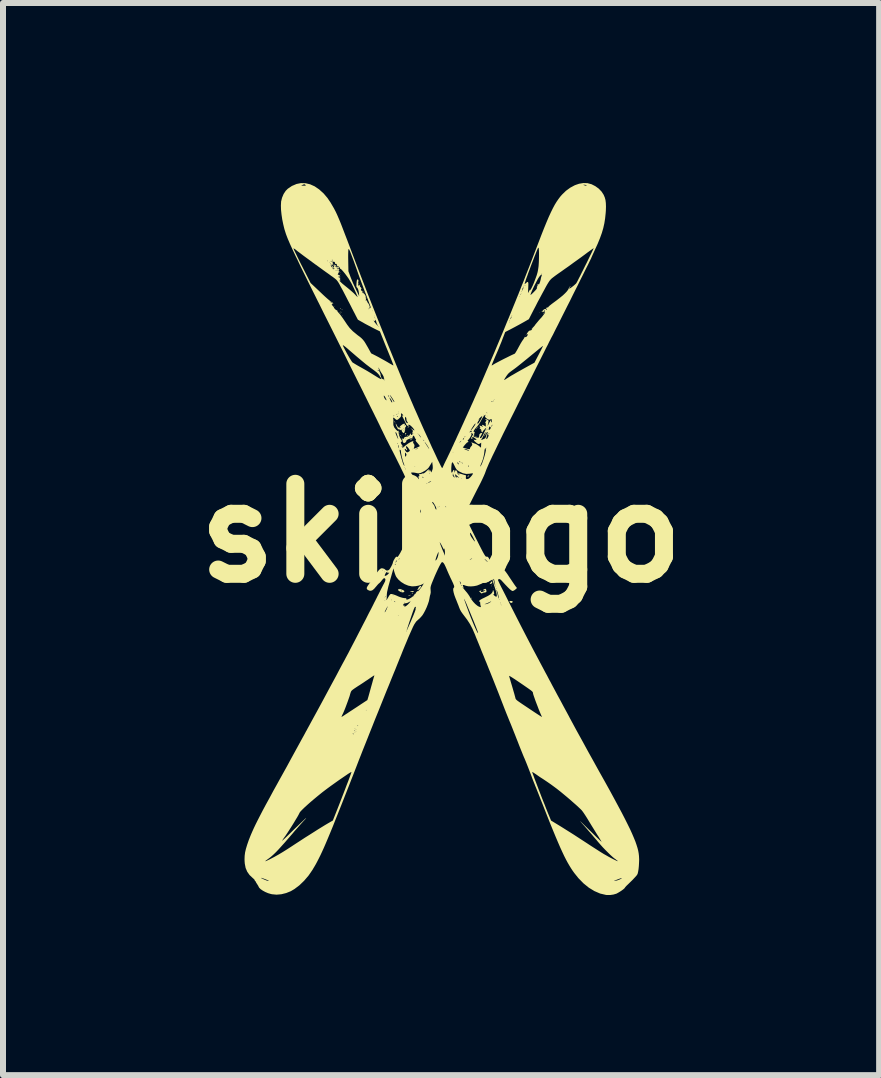
<source format=kicad_pcb>
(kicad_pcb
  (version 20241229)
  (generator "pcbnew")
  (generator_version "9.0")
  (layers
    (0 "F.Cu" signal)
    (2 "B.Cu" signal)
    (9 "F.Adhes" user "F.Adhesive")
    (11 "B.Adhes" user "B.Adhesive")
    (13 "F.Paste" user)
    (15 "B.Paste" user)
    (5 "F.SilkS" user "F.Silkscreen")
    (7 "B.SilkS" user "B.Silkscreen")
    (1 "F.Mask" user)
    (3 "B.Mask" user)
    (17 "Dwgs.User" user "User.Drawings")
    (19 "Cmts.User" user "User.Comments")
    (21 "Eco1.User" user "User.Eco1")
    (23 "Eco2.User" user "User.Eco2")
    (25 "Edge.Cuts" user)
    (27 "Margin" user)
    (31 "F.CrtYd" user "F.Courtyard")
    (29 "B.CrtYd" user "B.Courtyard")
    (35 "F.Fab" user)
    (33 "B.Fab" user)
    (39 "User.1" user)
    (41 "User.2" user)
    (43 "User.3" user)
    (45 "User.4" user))
  (footprint "skilogo"
    (layer "F.Cu")
    (at 4.3 5.834)
    (property "Reference" "skilogo" (at 0 0 0) (layer "F.SilkS") (effects (font (size 1.5 1.5) (thickness 0.3))))
    (attr board_only exclude_from_pos_files exclude_from_bom)
    (fp_poly (pts (xy -1.794 -4.456) (xy -1.799 -4.452) (xy -1.803 -4.456) (xy -1.799 -4.46)) (stroke (width 0) (type solid)) (fill yes) (layer "F.SilkS"))
    (fp_poly (pts (xy -1.786 -4.439) (xy -1.79 -4.435) (xy -1.794 -4.439) (xy -1.79 -4.444)) (stroke (width 0) (type solid)) (fill yes) (layer "F.SilkS"))
    (fp_poly (pts (xy -1.777 -3.779) (xy -1.782 -3.775) (xy -1.786 -3.779) (xy -1.782 -3.783)) (stroke (width 0) (type solid)) (fill yes) (layer "F.SilkS"))
    (fp_poly (pts (xy -1.693 -3.678) (xy -1.697 -3.673) (xy -1.701 -3.678) (xy -1.697 -3.682)) (stroke (width 0) (type solid)) (fill yes) (layer "F.SilkS"))
    (fp_poly (pts (xy -1.676 -4.338) (xy -1.68 -4.333) (xy -1.684 -4.338) (xy -1.68 -4.342)) (stroke (width 0) (type solid)) (fill yes) (layer "F.SilkS"))
    (fp_poly (pts (xy -1.676 -4.304) (xy -1.68 -4.3) (xy -1.684 -4.304) (xy -1.68 -4.308)) (stroke (width 0) (type solid)) (fill yes) (layer "F.SilkS"))
    (fp_poly (pts (xy -1.676 -4.236) (xy -1.68 -4.232) (xy -1.684 -4.236) (xy -1.68 -4.24)) (stroke (width 0) (type solid)) (fill yes) (layer "F.SilkS"))
    (fp_poly (pts (xy -1.676 -3.694) (xy -1.68 -3.69) (xy -1.684 -3.694) (xy -1.68 -3.699)) (stroke (width 0) (type solid)) (fill yes) (layer "F.SilkS"))
    (fp_poly (pts (xy -1.676 -3.678) (xy -1.68 -3.673) (xy -1.684 -3.678) (xy -1.68 -3.682)) (stroke (width 0) (type solid)) (fill yes) (layer "F.SilkS"))
    (fp_poly (pts (xy -1.667 -3.661) (xy -1.672 -3.656) (xy -1.676 -3.661) (xy -1.672 -3.665)) (stroke (width 0) (type solid)) (fill yes) (layer "F.SilkS"))
    (fp_poly (pts (xy -1.642 -3.627) (xy -1.646 -3.623) (xy -1.65 -3.627) (xy -1.646 -3.631)) (stroke (width 0) (type solid)) (fill yes) (layer "F.SilkS"))
    (fp_poly (pts (xy -1.337 -4.135) (xy -1.342 -4.13) (xy -1.346 -4.135) (xy -1.342 -4.139)) (stroke (width 0) (type solid)) (fill yes) (layer "F.SilkS"))
    (fp_poly (pts (xy -1.287 -4.033) (xy -1.291 -4.029) (xy -1.295 -4.033) (xy -1.291 -4.037)) (stroke (width 0) (type solid)) (fill yes) (layer "F.SilkS"))
    (fp_poly (pts (xy -1.278 -4.016) (xy -1.282 -4.012) (xy -1.287 -4.016) (xy -1.282 -4.02)) (stroke (width 0) (type solid)) (fill yes) (layer "F.SilkS"))
    (fp_poly (pts (xy -1.244 -3.931) (xy -1.248 -3.927) (xy -1.253 -3.931) (xy -1.248 -3.936)) (stroke (width 0) (type solid)) (fill yes) (layer "F.SilkS"))
    (fp_poly (pts (xy -1.236 -3.915) (xy -1.24 -3.91) (xy -1.244 -3.915) (xy -1.24 -3.919)) (stroke (width 0) (type solid)) (fill yes) (layer "F.SilkS"))
    (fp_poly (pts (xy -1.219 -3.864) (xy -1.223 -3.86) (xy -1.227 -3.864) (xy -1.223 -3.868)) (stroke (width 0) (type solid)) (fill yes) (layer "F.SilkS"))
    (fp_poly (pts (xy -0.923 -2.239) (xy -0.927 -2.234) (xy -0.931 -2.239) (xy -0.927 -2.243)) (stroke (width 0) (type solid)) (fill yes) (layer "F.SilkS"))
    (fp_poly (pts (xy -0.66 -1.604) (xy -0.664 -1.6) (xy -0.669 -1.604) (xy -0.664 -1.608)) (stroke (width 0) (type solid)) (fill yes) (layer "F.SilkS"))
    (fp_poly (pts (xy -0.635 -1.646) (xy -0.639 -1.642) (xy -0.643 -1.646) (xy -0.639 -1.65)) (stroke (width 0) (type solid)) (fill yes) (layer "F.SilkS"))
    (fp_poly (pts (xy -0.592 -1.629) (xy -0.597 -1.625) (xy -0.601 -1.629) (xy -0.597 -1.634)) (stroke (width 0) (type solid)) (fill yes) (layer "F.SilkS"))
    (fp_poly (pts (xy -0.576 -1.612) (xy -0.58 -1.608) (xy -0.584 -1.612) (xy -0.58 -1.617)) (stroke (width 0) (type solid)) (fill yes) (layer "F.SilkS"))
    (fp_poly (pts (xy 0.254 -0.944) (xy 0.25 -0.939) (xy 0.245 -0.944) (xy 0.25 -0.948)) (stroke (width 0) (type solid)) (fill yes) (layer "F.SilkS"))
    (fp_poly (pts (xy 0.542 -1.562) (xy 0.537 -1.557) (xy 0.533 -1.562) (xy 0.537 -1.566)) (stroke (width 0) (type solid)) (fill yes) (layer "F.SilkS"))
    (fp_poly (pts (xy 0.576 -1.705) (xy 0.571 -1.701) (xy 0.567 -1.705) (xy 0.571 -1.71)) (stroke (width 0) (type solid)) (fill yes) (layer "F.SilkS"))
    (fp_poly (pts (xy 0.609 -1.595) (xy 0.605 -1.591) (xy 0.601 -1.595) (xy 0.605 -1.6)) (stroke (width 0) (type solid)) (fill yes) (layer "F.SilkS"))
    (fp_poly (pts (xy 0.618 -1.782) (xy 0.614 -1.777) (xy 0.609 -1.782) (xy 0.614 -1.786)) (stroke (width 0) (type solid)) (fill yes) (layer "F.SilkS"))
    (fp_poly (pts (xy 0.635 -1.756) (xy 0.631 -1.752) (xy 0.626 -1.756) (xy 0.631 -1.76)) (stroke (width 0) (type solid)) (fill yes) (layer "F.SilkS"))
    (fp_poly (pts (xy 0.796 -1.832) (xy 0.791 -1.828) (xy 0.787 -1.832) (xy 0.791 -1.837)) (stroke (width 0) (type solid)) (fill yes) (layer "F.SilkS"))
    (fp_poly (pts (xy 0.855 0.859) (xy 0.851 0.863) (xy 0.846 0.859) (xy 0.851 0.855)) (stroke (width 0) (type solid)) (fill yes) (layer "F.SilkS"))
    (fp_poly (pts (xy 0.872 0.927) (xy 0.868 0.931) (xy 0.863 0.927) (xy 0.868 0.923)) (stroke (width 0) (type solid)) (fill yes) (layer "F.SilkS"))
    (fp_poly (pts (xy 1.413 -3.288) (xy 1.409 -3.284) (xy 1.405 -3.288) (xy 1.409 -3.292)) (stroke (width 0) (type solid)) (fill yes) (layer "F.SilkS"))
    (fp_poly (pts (xy 1.591 -4.101) (xy 1.587 -4.097) (xy 1.583 -4.101) (xy 1.587 -4.105)) (stroke (width 0) (type solid)) (fill yes) (layer "F.SilkS"))
    (fp_poly (pts (xy 1.65 -3.678) (xy 1.646 -3.673) (xy 1.642 -3.678) (xy 1.646 -3.682)) (stroke (width 0) (type solid)) (fill yes) (layer "F.SilkS"))
    (fp_poly (pts (xy 1.667 -4.287) (xy 1.663 -4.283) (xy 1.659 -4.287) (xy 1.663 -4.291)) (stroke (width 0) (type solid)) (fill yes) (layer "F.SilkS"))
    (fp_poly (pts (xy 1.676 -4.304) (xy 1.672 -4.3) (xy 1.667 -4.304) (xy 1.672 -4.308)) (stroke (width 0) (type solid)) (fill yes) (layer "F.SilkS"))
    (fp_poly (pts (xy 1.676 -3.694) (xy 1.672 -3.69) (xy 1.667 -3.694) (xy 1.672 -3.699)) (stroke (width 0) (type solid)) (fill yes) (layer "F.SilkS"))
    (fp_poly (pts (xy -1.662 -3.687) (xy -1.661 -3.677) (xy -1.662 -3.676) (xy -1.667 -3.677) (xy -1.667 -3.682) (xy -1.664 -3.689)) (stroke (width 0) (type solid)) (fill yes) (layer "F.SilkS"))
    (fp_poly (pts (xy -0.697 -1.681) (xy -0.696 -1.671) (xy -0.697 -1.67) (xy -0.702 -1.671) (xy -0.703 -1.676) (xy -0.699 -1.683)) (stroke (width 0) (type solid)) (fill yes) (layer "F.SilkS"))
    (fp_poly (pts (xy -0.688 -1.656) (xy -0.687 -1.646) (xy -0.688 -1.645) (xy -0.693 -1.646) (xy -0.694 -1.65) (xy -0.691 -1.657)) (stroke (width 0) (type solid)) (fill yes) (layer "F.SilkS"))
    (fp_poly (pts (xy -0.426 1.247) (xy -0.425 1.257) (xy -0.426 1.258) (xy -0.431 1.257) (xy -0.432 1.253) (xy -0.429 1.246)) (stroke (width 0) (type solid)) (fill yes) (layer "F.SilkS"))
    (fp_poly (pts (xy 0.657 -1.724) (xy 0.658 -1.714) (xy 0.657 -1.713) (xy 0.652 -1.714) (xy 0.652 -1.718) (xy 0.655 -1.725)) (stroke (width 0) (type solid)) (fill yes) (layer "F.SilkS"))
    (fp_poly (pts (xy 0.742 -1.402) (xy 0.743 -1.392) (xy 0.742 -1.391) (xy 0.737 -1.392) (xy 0.736 -1.397) (xy 0.739 -1.404)) (stroke (width 0) (type solid)) (fill yes) (layer "F.SilkS"))
    (fp_poly (pts (xy 0.844 0.875) (xy 0.845 0.885) (xy 0.844 0.886) (xy 0.839 0.885) (xy 0.838 0.88) (xy 0.841 0.873)) (stroke (width 0) (type solid)) (fill yes) (layer "F.SilkS"))
    (fp_poly (pts (xy -1.736 -4.449) (xy -1.727 -4.441) (xy -1.727 -4.439) (xy -1.731 -4.435) (xy -1.739 -4.443) (xy -1.74 -4.445) (xy -1.741 -4.451)) (stroke (width 0) (type solid)) (fill yes) (layer "F.SilkS"))
    (fp_poly (pts (xy -1.677 -3.746) (xy -1.668 -3.738) (xy -1.667 -3.736) (xy -1.671 -3.733) (xy -1.68 -3.741) (xy -1.681 -3.742) (xy -1.682 -3.748)) (stroke (width 0) (type solid)) (fill yes) (layer "F.SilkS"))
    (fp_poly (pts (xy -1.652 -3.729) (xy -1.643 -3.721) (xy -1.645 -3.716) (xy -1.646 -3.716) (xy -1.653 -3.722) (xy -1.655 -3.725) (xy -1.656 -3.731)) (stroke (width 0) (type solid)) (fill yes) (layer "F.SilkS"))
    (fp_poly (pts (xy -0.769 -1.859) (xy -0.764 -1.845) (xy -0.764 -1.84) (xy -0.77 -1.843) (xy -0.773 -1.85) (xy -0.778 -1.866) (xy -0.776 -1.869)) (stroke (width 0) (type solid)) (fill yes) (layer "F.SilkS"))
    (fp_poly (pts (xy -0.678 -1.63) (xy -0.669 -1.622) (xy -0.671 -1.617) (xy -0.672 -1.617) (xy -0.68 -1.623) (xy -0.682 -1.626) (xy -0.683 -1.632)) (stroke (width 0) (type solid)) (fill yes) (layer "F.SilkS"))
    (fp_poly (pts (xy -0.551 -1.766) (xy -0.542 -1.757) (xy -0.544 -1.752) (xy -0.545 -1.752) (xy -0.553 -1.758) (xy -0.555 -1.762) (xy -0.556 -1.768)) (stroke (width 0) (type solid)) (fill yes) (layer "F.SilkS"))
    (fp_poly (pts (xy 0.507 1.078) (xy 0.516 1.087) (xy 0.514 1.092) (xy 0.513 1.092) (xy 0.505 1.086) (xy 0.503 1.082) (xy 0.502 1.076)) (stroke (width 0) (type solid)) (fill yes) (layer "F.SilkS"))
    (fp_poly (pts (xy 0.586 -1.61) (xy 0.588 -1.608) (xy 0.591 -1.601) (xy 0.583 -1.603) (xy 0.576 -1.608) (xy 0.569 -1.615) (xy 0.573 -1.616)) (stroke (width 0) (type solid)) (fill yes) (layer "F.SilkS"))
    (fp_poly (pts (xy 1.708 -3.67) (xy 1.717 -3.662) (xy 1.718 -3.66) (xy 1.714 -3.657) (xy 1.706 -3.664) (xy 1.705 -3.666) (xy 1.704 -3.672)) (stroke (width 0) (type solid)) (fill yes) (layer "F.SilkS"))
    (fp_poly (pts (xy -0.545 -1.628) (xy -0.546 -1.625) (xy -0.557 -1.617) (xy -0.56 -1.617) (xy -0.564 -1.622) (xy -0.563 -1.625) (xy -0.552 -1.633) (xy -0.549 -1.634)) (stroke (width 0) (type solid)) (fill yes) (layer "F.SilkS"))
    (fp_poly (pts (xy -0.487 -1.56) (xy -0.491 -1.557) (xy -0.509 -1.55) (xy -0.516 -1.55) (xy -0.521 -1.552) (xy -0.512 -1.557) (xy -0.494 -1.564) (xy -0.485 -1.564)) (stroke (width 0) (type solid)) (fill yes) (layer "F.SilkS"))
    (fp_poly (pts (xy -0.474 1.005) (xy -0.474 1.007) (xy -0.48 1.015) (xy -0.483 1.016) (xy -0.488 1.01) (xy -0.487 1.007) (xy -0.479 0.999) (xy -0.478 0.999)) (stroke (width 0) (type solid)) (fill yes) (layer "F.SilkS"))
    (fp_poly (pts (xy 0.467 -0.954) (xy 0.465 -0.952) (xy 0.452 -0.941) (xy 0.442 -0.941) (xy 0.44 -0.947) (xy 0.447 -0.955) (xy 0.458 -0.959) (xy 0.469 -0.961)) (stroke (width 0) (type solid)) (fill yes) (layer "F.SilkS"))
    (fp_poly (pts (xy 0.606 -1.763) (xy 0.601 -1.752) (xy 0.592 -1.739) (xy 0.588 -1.735) (xy 0.588 -1.741) (xy 0.592 -1.752) (xy 0.601 -1.765) (xy 0.606 -1.769)) (stroke (width 0) (type solid)) (fill yes) (layer "F.SilkS"))
    (fp_poly (pts (xy -0.578 -1.665) (xy -0.583 -1.656) (xy -0.584 -1.655) (xy -0.594 -1.644) (xy -0.598 -1.642) (xy -0.601 -1.649) (xy -0.601 -1.655) (xy -0.594 -1.666) (xy -0.587 -1.667)) (stroke (width 0) (type solid)) (fill yes) (layer "F.SilkS"))
    (fp_poly (pts (xy -0.502 1.029) (xy -0.512 1.036) (xy -0.529 1.046) (xy -0.541 1.049) (xy -0.55 1.047) (xy -0.542 1.044) (xy -0.542 1.043) (xy -0.523 1.036) (xy -0.512 1.031) (xy -0.5 1.026)) (stroke (width 0) (type solid)) (fill yes) (layer "F.SilkS"))
    (fp_poly (pts (xy 1.158 1.131) (xy 1.181 1.132) (xy 1.191 1.136) (xy 1.193 1.143) (xy 1.192 1.148) (xy 1.183 1.161) (xy 1.167 1.163) (xy 1.151 1.156) (xy 1.144 1.147) (xy 1.14 1.134) (xy 1.148 1.13)) (stroke (width 0) (type solid)) (fill yes) (layer "F.SilkS"))
    (fp_poly (pts (xy -0.474 0.966) (xy -0.456 0.969) (xy -0.453 0.974) (xy -0.458 0.979) (xy -0.475 0.985) (xy -0.482 0.982) (xy -0.5 0.978) (xy -0.507 0.98) (xy -0.516 0.981) (xy -0.511 0.974) (xy -0.497 0.968) (xy -0.475 0.966)) (stroke (width 0) (type solid)) (fill yes) (layer "F.SilkS"))
    (fp_poly (pts (xy 0.854 0.81) (xy 0.853 0.823) (xy 0.847 0.836) (xy 0.838 0.842) (xy 0.82 0.847) (xy 0.813 0.85) (xy 0.81 0.849) (xy 0.815 0.838) (xy 0.82 0.831) (xy 0.834 0.814) (xy 0.846 0.805) (xy 0.848 0.804)) (stroke (width 0) (type solid)) (fill yes) (layer "F.SilkS"))
    (fp_poly (pts (xy -0.332 0.882) (xy -0.332 0.891) (xy -0.343 0.908) (xy -0.352 0.92) (xy -0.368 0.937) (xy -0.384 0.947) (xy -0.388 0.948) (xy -0.396 0.945) (xy -0.394 0.941) (xy -0.384 0.928) (xy -0.382 0.923) (xy -0.373 0.904) (xy -0.358 0.888) (xy -0.342 0.88) (xy -0.341 0.88)) (stroke (width 0) (type solid)) (fill yes) (layer "F.SilkS"))
    (fp_poly (pts (xy 0.744 0.931) (xy 0.752 0.944) (xy 0.758 0.969) (xy 0.75 0.984) (xy 0.728 0.99) (xy 0.723 0.99) (xy 0.702 0.993) (xy 0.69 0.998) (xy 0.69 0.999) (xy 0.681 1.006) (xy 0.668 1.002) (xy 0.652 0.987) (xy 0.633 0.966) (xy 0.652 0.961) (xy 0.668 0.958) (xy 0.675 0.96) (xy 0.673 0.964) (xy 0.67 0.965) (xy 0.661 0.971) (xy 0.66 0.973) (xy 0.667 0.981) (xy 0.683 0.981) (xy 0.703 0.975) (xy 0.721 0.964) (xy 0.741 0.947) (xy 0.717 0.952) (xy 0.699 0.954) (xy 0.696 0.951) (xy 0.708 0.941) (xy 0.718 0.936) (xy 0.735 0.928)) (stroke (width 0) (type solid)) (fill yes) (layer "F.SilkS"))
    (fp_poly (pts (xy -0.668 0.936) (xy -0.653 0.941) (xy -0.626 0.953) (xy -0.613 0.964) (xy -0.611 0.972) (xy -0.621 0.984) (xy -0.642 0.988) (xy -0.665 0.983) (xy -0.684 0.974) (xy -0.699 0.965) (xy -0.669 0.965) (xy -0.666 0.973) (xy -0.665 0.973) (xy -0.658 0.967) (xy -0.656 0.965) (xy -0.657 0.957) (xy -0.66 0.956) (xy -0.668 0.963) (xy -0.669 0.965) (xy -0.699 0.965) (xy -0.702 0.963) (xy -0.716 0.951) (xy -0.716 0.944) (xy -0.703 0.944) (xy -0.698 0.948) (xy -0.694 0.944) (xy -0.698 0.939) (xy -0.703 0.944) (xy -0.716 0.944) (xy -0.716 0.943) (xy -0.711 0.936) (xy -0.701 0.93) (xy -0.689 0.93)) (stroke (width 0) (type solid)) (fill yes) (layer "F.SilkS"))
    (fp_poly (pts (xy -0.752 -1.821) (xy -0.745 -1.812) (xy -0.735 -1.796) (xy -0.732 -1.786) (xy -0.732 -1.786) (xy -0.727 -1.778) (xy -0.714 -1.765) (xy -0.711 -1.763) (xy -0.695 -1.751) (xy -0.685 -1.749) (xy -0.677 -1.758) (xy -0.676 -1.758) (xy -0.669 -1.768) (xy -0.673 -1.766) (xy -0.679 -1.762) (xy -0.691 -1.755) (xy -0.695 -1.759) (xy -0.69 -1.771) (xy -0.678 -1.785) (xy -0.675 -1.788) (xy -0.645 -1.812) (xy -0.622 -1.823) (xy -0.608 -1.824) (xy -0.603 -1.812) (xy -0.605 -1.8) (xy -0.608 -1.788) (xy -0.604 -1.791) (xy -0.601 -1.794) (xy -0.593 -1.803) (xy -0.586 -1.796) (xy -0.584 -1.794) (xy -0.582 -1.78) (xy -0.594 -1.763) (xy -0.605 -1.749) (xy -0.602 -1.744) (xy -0.601 -1.744) (xy -0.595 -1.741) (xy -0.601 -1.731) (xy -0.602 -1.729) (xy -0.609 -1.719) (xy -0.605 -1.72) (xy -0.601 -1.722) (xy -0.593 -1.726) (xy -0.596 -1.72) (xy -0.6 -1.715) (xy -0.607 -1.702) (xy -0.606 -1.695) (xy -0.606 -1.686) (xy -0.615 -1.674) (xy -0.626 -1.667) (xy -0.627 -1.667) (xy -0.636 -1.674) (xy -0.648 -1.689) (xy -0.657 -1.705) (xy -0.656 -1.714) (xy -0.626 -1.714) (xy -0.622 -1.71) (xy -0.618 -1.714) (xy -0.622 -1.718) (xy -0.626 -1.714) (xy -0.656 -1.714) (xy -0.656 -1.715) (xy -0.647 -1.724) (xy -0.638 -1.731) (xy -0.642 -1.73) (xy -0.654 -1.723) (xy -0.67 -1.716) (xy -0.677 -1.717) (xy -0.677 -1.718) (xy -0.684 -1.725) (xy -0.696 -1.727) (xy -0.713 -1.731) (xy -0.72 -1.739) (xy -0.626 -1.739) (xy -0.622 -1.735) (xy -0.618 -1.739) (xy -0.622 -1.744) (xy -0.626 -1.739) (xy -0.72 -1.739) (xy -0.727 -1.746) (xy -0.736 -1.765) (xy -0.728 -1.765) (xy -0.724 -1.76) (xy -0.719 -1.765) (xy -0.724 -1.769) (xy -0.728 -1.765) (xy -0.736 -1.765) (xy -0.741 -1.774) (xy -0.749 -1.796) (xy -0.756 -1.818) (xy -0.757 -1.826)) (stroke (width 0) (type solid)) (fill yes) (layer "F.SilkS"))
    (fp_poly (pts (xy 2.441 -5.832) (xy 2.443 -5.831) (xy 2.507 -5.814) (xy 2.57 -5.782) (xy 2.627 -5.741) (xy 2.675 -5.691) (xy 2.71 -5.637) (xy 2.71 -5.636) (xy 2.728 -5.594) (xy 2.74 -5.55) (xy 2.746 -5.5) (xy 2.748 -5.442) (xy 2.746 -5.372) (xy 2.743 -5.333) (xy 2.734 -5.246) (xy 2.721 -5.163) (xy 2.703 -5.083) (xy 2.679 -5.001) (xy 2.648 -4.915) (xy 2.61 -4.822) (xy 2.569 -4.733) (xy 2.549 -4.688) (xy 2.531 -4.649) (xy 2.517 -4.618) (xy 2.508 -4.598) (xy 2.505 -4.59) (xy 2.502 -4.582) (xy 2.491 -4.56) (xy 2.474 -4.526) (xy 2.452 -4.48) (xy 2.424 -4.425) (xy 2.392 -4.361) (xy 2.357 -4.29) (xy 2.318 -4.213) (xy 2.278 -4.131) (xy 2.235 -4.046) (xy 2.192 -3.96) (xy 2.149 -3.872) (xy 2.105 -3.786) (xy 2.063 -3.702) (xy 2.022 -3.621) (xy 1.984 -3.545) (xy 1.949 -3.474) (xy 1.917 -3.412) (xy 1.89 -3.358) (xy 1.868 -3.313) (xy 1.851 -3.281) (xy 1.84 -3.261) (xy 1.837 -3.255) (xy 1.832 -3.246) (xy 1.821 -3.223) (xy 1.802 -3.188) (xy 1.779 -3.14) (xy 1.749 -3.083) (xy 1.716 -3.016) (xy 1.678 -2.941) (xy 1.637 -2.859) (xy 1.593 -2.772) (xy 1.547 -2.68) (xy 1.499 -2.584) (xy 1.45 -2.487) (xy 1.401 -2.388) (xy 1.352 -2.29) (xy 1.303 -2.193) (xy 1.256 -2.098) (xy 1.211 -2.007) (xy 1.168 -1.922) (xy 1.128 -1.842) (xy 1.092 -1.769) (xy 1.06 -1.705) (xy 1.033 -1.651) (xy 1.012 -1.607) (xy 0.996 -1.575) (xy 0.992 -1.566) (xy 0.969 -1.519) (xy 0.941 -1.461) (xy 0.911 -1.398) (xy 0.88 -1.334) (xy 0.851 -1.275) (xy 0.851 -1.274) (xy 0.825 -1.219) (xy 0.799 -1.164) (xy 0.777 -1.112) (xy 0.758 -1.068) (xy 0.745 -1.034) (xy 0.743 -1.028) (xy 0.731 -0.995) (xy 0.712 -0.951) (xy 0.689 -0.901) (xy 0.664 -0.849) (xy 0.646 -0.813) (xy 0.605 -0.734) (xy 0.566 -0.657) (xy 0.529 -0.584) (xy 0.495 -0.516) (xy 0.465 -0.455) (xy 0.44 -0.402) (xy 0.42 -0.359) (xy 0.407 -0.328) (xy 0.401 -0.31) (xy 0.4 -0.308) (xy 0.4 -0.299) (xy 0.403 -0.287) (xy 0.409 -0.269) (xy 0.42 -0.244) (xy 0.434 -0.211) (xy 0.454 -0.169) (xy 0.48 -0.116) (xy 0.512 -0.051) (xy 0.551 0.027) (xy 0.566 0.057) (xy 0.607 0.137) (xy 0.64 0.204) (xy 0.668 0.258) (xy 0.69 0.301) (xy 0.708 0.334) (xy 0.722 0.358) (xy 0.732 0.374) (xy 0.74 0.385) (xy 0.747 0.39) (xy 0.752 0.392) (xy 0.756 0.392) (xy 0.771 0.392) (xy 0.784 0.4) (xy 0.796 0.418) (xy 0.811 0.449) (xy 0.828 0.493) (xy 0.83 0.499) (xy 0.857 0.561) (xy 0.89 0.609) (xy 0.931 0.645) (xy 0.932 0.646) (xy 0.949 0.656) (xy 0.961 0.66) (xy 0.963 0.656) (xy 0.958 0.65) (xy 0.948 0.631) (xy 0.949 0.63) (xy 0.976 0.63) (xy 0.982 0.635) (xy 0.995 0.642) (xy 0.997 0.64) (xy 0.995 0.635) (xy 0.982 0.627) (xy 0.979 0.626) (xy 0.976 0.63) (xy 0.949 0.63) (xy 0.954 0.612) (xy 0.974 0.596) (xy 0.991 0.589) (xy 1.006 0.586) (xy 1.021 0.589) (xy 1.037 0.599) (xy 1.055 0.617) (xy 1.078 0.645) (xy 1.106 0.684) (xy 1.14 0.736) (xy 1.169 0.779) (xy 1.193 0.815) (xy 1.216 0.849) (xy 1.234 0.875) (xy 1.246 0.891) (xy 1.265 0.915) (xy 1.238 0.94) (xy 1.216 0.956) (xy 1.197 0.964) (xy 1.192 0.965) (xy 1.176 0.958) (xy 1.149 0.938) (xy 1.113 0.903) (xy 1.068 0.856) (xy 1.026 0.81) (xy 1.002 0.784) (xy 0.984 0.77) (xy 0.971 0.765) (xy 0.965 0.766) (xy 0.951 0.774) (xy 0.948 0.781) (xy 0.952 0.791) (xy 0.962 0.814) (xy 0.977 0.846) (xy 0.996 0.885) (xy 1.008 0.909) (xy 1.026 0.944) (xy 1.05 0.991) (xy 1.079 1.048) (xy 1.112 1.114) (xy 1.147 1.184) (xy 1.184 1.257) (xy 1.221 1.33) (xy 1.227 1.342) (xy 1.281 1.448) (xy 1.331 1.546) (xy 1.38 1.641) (xy 1.428 1.734) (xy 1.478 1.83) (xy 1.53 1.93) (xy 1.587 2.037) (xy 1.65 2.156) (xy 1.676 2.205) (xy 1.706 2.261) (xy 1.736 2.318) (xy 1.765 2.371) (xy 1.789 2.417) (xy 1.808 2.453) (xy 1.816 2.467) (xy 1.83 2.493) (xy 1.85 2.532) (xy 1.876 2.58) (xy 1.906 2.636) (xy 1.939 2.698) (xy 1.974 2.762) (xy 1.998 2.806) (xy 2.032 2.87) (xy 2.066 2.933) (xy 2.098 2.992) (xy 2.126 3.044) (xy 2.149 3.088) (xy 2.167 3.121) (xy 2.175 3.136) (xy 2.209 3.199) (xy 2.25 3.275) (xy 2.298 3.362) (xy 2.35 3.456) (xy 2.405 3.557) (xy 2.463 3.663) (xy 2.523 3.77) (xy 2.582 3.877) (xy 2.638 3.978) (xy 2.729 4.14) (xy 2.811 4.288) (xy 2.885 4.424) (xy 2.951 4.547) (xy 3.011 4.659) (xy 3.063 4.76) (xy 3.109 4.852) (xy 3.15 4.935) (xy 3.184 5.01) (xy 3.213 5.078) (xy 3.238 5.139) (xy 3.257 5.194) (xy 3.273 5.245) (xy 3.285 5.292) (xy 3.293 5.336) (xy 3.298 5.378) (xy 3.3 5.417) (xy 3.301 5.441) (xy 3.299 5.495) (xy 3.296 5.549) (xy 3.291 5.599) (xy 3.284 5.641) (xy 3.277 5.672) (xy 3.272 5.685) (xy 3.258 5.706) (xy 3.231 5.736) (xy 3.194 5.776) (xy 3.147 5.822) (xy 3.112 5.856) (xy 3.089 5.878) (xy 3.072 5.897) (xy 3.064 5.907) (xy 3.064 5.908) (xy 3.057 5.918) (xy 3.039 5.934) (xy 3.014 5.953) (xy 2.984 5.973) (xy 2.954 5.991) (xy 2.927 6.006) (xy 2.92 6.009) (xy 2.872 6.023) (xy 2.817 6.031) (xy 2.763 6.031) (xy 2.747 6.029) (xy 2.65 6.006) (xy 2.555 5.965) (xy 2.463 5.909) (xy 2.374 5.837) (xy 2.335 5.797) (xy 2.883 5.797) (xy 2.889 5.798) (xy 2.91 5.793) (xy 2.942 5.785) (xy 2.971 5.774) (xy 2.996 5.762) (xy 3.006 5.755) (xy 3.013 5.749) (xy 3.008 5.748) (xy 2.991 5.753) (xy 2.96 5.764) (xy 2.958 5.765) (xy 2.918 5.78) (xy 2.893 5.791) (xy 2.883 5.797) (xy 2.335 5.797) (xy 2.289 5.75) (xy 2.22 5.664) (xy 2.192 5.625) (xy 2.165 5.584) (xy 2.138 5.54) (xy 2.11 5.492) (xy 2.082 5.44) (xy 2.052 5.381) (xy 2.021 5.315) (xy 1.987 5.241) (xy 1.951 5.158) (xy 1.911 5.064) (xy 1.868 4.96) (xy 1.82 4.843) (xy 1.768 4.712) (xy 1.711 4.567) (xy 1.689 4.511) (xy 1.663 4.447) (xy 1.639 4.385) (xy 1.616 4.327) (xy 1.596 4.277) (xy 1.58 4.237) (xy 1.568 4.209) (xy 1.566 4.202) (xy 1.552 4.168) (xy 1.535 4.125) (xy 1.517 4.079) (xy 1.508 4.054) (xy 1.483 3.988) (xy 1.48 3.98) (xy 1.518 3.98) (xy 1.521 3.989) (xy 1.528 4.011) (xy 1.541 4.045) (xy 1.557 4.09) (xy 1.577 4.142) (xy 1.6 4.202) (xy 1.624 4.266) (xy 1.65 4.332) (xy 1.676 4.4) (xy 1.702 4.466) (xy 1.728 4.53) (xy 1.751 4.59) (xy 1.772 4.642) (xy 1.79 4.687) (xy 1.792 4.691) (xy 1.833 4.79) (xy 1.981 4.88) (xy 2.026 4.908) (xy 2.083 4.944) (xy 2.147 4.984) (xy 2.215 5.027) (xy 2.284 5.072) (xy 2.35 5.115) (xy 2.364 5.124) (xy 2.424 5.163) (xy 2.483 5.202) (xy 2.539 5.238) (xy 2.589 5.27) (xy 2.631 5.297) (xy 2.662 5.317) (xy 2.672 5.323) (xy 2.711 5.347) (xy 2.752 5.37) (xy 2.794 5.394) (xy 2.835 5.416) (xy 2.872 5.435) (xy 2.903 5.45) (xy 2.927 5.462) (xy 2.942 5.467) (xy 2.945 5.465) (xy 2.941 5.461) (xy 2.93 5.453) (xy 2.911 5.437) (xy 2.886 5.419) (xy 2.884 5.418) (xy 2.857 5.395) (xy 2.821 5.362) (xy 2.78 5.322) (xy 2.736 5.278) (xy 2.692 5.232) (xy 2.652 5.187) (xy 2.617 5.147) (xy 2.616 5.146) (xy 2.589 5.113) (xy 2.553 5.072) (xy 2.513 5.024) (xy 2.469 4.974) (xy 2.426 4.924) (xy 2.385 4.877) (xy 2.349 4.837) (xy 2.322 4.806) (xy 2.319 4.803) (xy 2.314 4.797) (xy 2.32 4.802) (xy 2.336 4.816) (xy 2.361 4.84) (xy 2.393 4.872) (xy 2.433 4.911) (xy 2.474 4.951) (xy 2.522 4.998) (xy 2.565 5.041) (xy 2.603 5.078) (xy 2.635 5.108) (xy 2.658 5.13) (xy 2.672 5.142) (xy 2.675 5.144) (xy 2.67 5.135) (xy 2.658 5.115) (xy 2.64 5.085) (xy 2.618 5.049) (xy 2.605 5.03) (xy 2.576 4.983) (xy 2.542 4.928) (xy 2.506 4.87) (xy 2.472 4.814) (xy 2.458 4.791) (xy 2.43 4.745) (xy 2.402 4.701) (xy 2.376 4.662) (xy 2.355 4.633) (xy 2.343 4.618) (xy 2.322 4.597) (xy 2.29 4.567) (xy 2.25 4.53) (xy 2.202 4.488) (xy 2.151 4.443) (xy 2.097 4.397) (xy 2.043 4.352) (xy 1.992 4.31) (xy 1.945 4.273) (xy 1.93 4.261) (xy 1.883 4.226) (xy 1.831 4.188) (xy 1.778 4.151) (xy 1.735 4.122) (xy 1.693 4.094) (xy 1.649 4.066) (xy 1.61 4.039) (xy 1.58 4.018) (xy 1.553 4) (xy 1.532 3.986) (xy 1.52 3.98) (xy 1.518 3.98) (xy 1.48 3.98) (xy 1.462 3.933) (xy 1.444 3.887) (xy 1.427 3.844) (xy 1.41 3.802) (xy 1.391 3.756) (xy 1.384 3.741) (xy 1.368 3.703) (xy 1.348 3.653) (xy 1.324 3.594) (xy 1.299 3.531) (xy 1.274 3.466) (xy 1.257 3.424) (xy 1.233 3.362) (xy 1.209 3.302) (xy 1.187 3.246) (xy 1.167 3.196) (xy 1.151 3.157) (xy 1.142 3.136) (xy 1.127 3.099) (xy 1.108 3.052) (xy 1.087 3) (xy 1.067 2.949) (xy 1.062 2.937) (xy 1.021 2.831) (xy 0.985 2.738) (xy 0.952 2.653) (xy 0.921 2.575) (xy 0.891 2.499) (xy 0.861 2.423) (xy 0.843 2.379) (xy 1.134 2.379) (xy 1.136 2.389) (xy 1.143 2.413) (xy 1.153 2.448) (xy 1.165 2.49) (xy 1.178 2.533) (xy 1.193 2.584) (xy 1.207 2.633) (xy 1.22 2.677) (xy 1.229 2.711) (xy 1.234 2.728) (xy 1.237 2.74) (xy 1.239 2.75) (xy 1.242 2.759) (xy 1.247 2.768) (xy 1.255 2.777) (xy 1.268 2.789) (xy 1.287 2.803) (xy 1.314 2.822) (xy 1.349 2.846) (xy 1.394 2.876) (xy 1.451 2.914) (xy 1.515 2.957) (xy 1.571 2.994) (xy 1.614 3.022) (xy 1.645 3.042) (xy 1.666 3.055) (xy 1.678 3.061) (xy 1.683 3.061) (xy 1.68 3.056) (xy 1.678 3.053) (xy 1.671 3.04) (xy 1.659 3.013) (xy 1.644 2.977) (xy 1.626 2.933) (xy 1.608 2.885) (xy 1.589 2.836) (xy 1.571 2.788) (xy 1.556 2.745) (xy 1.543 2.708) (xy 1.535 2.682) (xy 1.532 2.668) (xy 1.531 2.657) (xy 1.525 2.646) (xy 1.513 2.633) (xy 1.493 2.617) (xy 1.461 2.594) (xy 1.441 2.58) (xy 1.36 2.524) (xy 1.291 2.477) (xy 1.235 2.439) (xy 1.19 2.41) (xy 1.158 2.39) (xy 1.14 2.38) (xy 1.134 2.379) (xy 0.843 2.379) (xy 0.829 2.343) (xy 0.793 2.255) (xy 0.754 2.157) (xy 0.74 2.124) (xy 0.709 2.047) (xy 0.678 1.972) (xy 0.65 1.901) (xy 0.624 1.837) (xy 0.601 1.781) (xy 0.582 1.735) (xy 0.569 1.701) (xy 0.562 1.684) (xy 0.523 1.594) (xy 0.482 1.516) (xy 0.434 1.442) (xy 0.393 1.388) (xy 0.359 1.343) (xy 0.334 1.307) (xy 0.316 1.274) (xy 0.303 1.242) (xy 0.302 1.24) (xy 0.29 1.207) (xy 0.273 1.165) (xy 0.255 1.119) (xy 0.245 1.095) (xy 0.383 1.095) (xy 0.385 1.104) (xy 0.392 1.126) (xy 0.404 1.159) (xy 0.419 1.202) (xy 0.437 1.251) (xy 0.449 1.283) (xy 0.472 1.345) (xy 0.496 1.406) (xy 0.52 1.465) (xy 0.543 1.52) (xy 0.564 1.569) (xy 0.583 1.61) (xy 0.598 1.641) (xy 0.61 1.661) (xy 0.616 1.668) (xy 0.617 1.667) (xy 0.615 1.656) (xy 0.608 1.633) (xy 0.596 1.601) (xy 0.583 1.567) (xy 0.545 1.471) (xy 0.509 1.384) (xy 0.477 1.306) (xy 0.449 1.24) (xy 0.426 1.184) (xy 0.407 1.141) (xy 0.393 1.112) (xy 0.385 1.097) (xy 0.383 1.095) (xy 0.245 1.095) (xy 0.242 1.088) (xy 0.222 1.034) (xy 0.209 0.988) (xy 0.202 0.95) (xy 0.203 0.923) (xy 0.212 0.91) (xy 0.218 0.902) (xy 0.218 0.898) (xy 0.357 0.898) (xy 0.361 0.905) (xy 0.373 0.922) (xy 0.393 0.946) (xy 0.418 0.976) (xy 0.432 0.992) (xy 0.454 1.022) (xy 0.476 1.055) (xy 0.482 1.067) (xy 0.506 1.106) (xy 0.536 1.145) (xy 0.569 1.18) (xy 0.601 1.207) (xy 0.621 1.22) (xy 0.647 1.231) (xy 0.661 1.234) (xy 0.664 1.229) (xy 0.661 1.216) (xy 0.66 1.214) (xy 0.656 1.198) (xy 0.999 1.198) (xy 1.003 1.202) (xy 1.007 1.198) (xy 1.003 1.193) (xy 0.999 1.198) (xy 0.656 1.198) (xy 0.654 1.19) (xy 0.654 1.183) (xy 0.724 1.183) (xy 0.744 1.184) (xy 0.762 1.181) (xy 0.99 1.181) (xy 0.995 1.185) (xy 0.999 1.181) (xy 0.995 1.176) (xy 0.99 1.181) (xy 0.762 1.181) (xy 0.763 1.18) (xy 0.789 1.17) (xy 0.801 1.163) (xy 0.814 1.155) (xy 0.982 1.155) (xy 0.986 1.16) (xy 0.99 1.155) (xy 0.986 1.151) (xy 0.982 1.155) (xy 0.814 1.155) (xy 0.826 1.148) (xy 0.836 1.139) (xy 0.833 1.138) (xy 0.816 1.145) (xy 0.802 1.152) (xy 0.775 1.165) (xy 0.751 1.175) (xy 0.745 1.177) (xy 0.724 1.183) (xy 0.654 1.183) (xy 0.652 1.162) (xy 0.652 1.161) (xy 0.65 1.142) (xy 0.647 1.138) (xy 0.643 1.143) (xy 0.637 1.149) (xy 0.635 1.141) (xy 0.635 1.136) (xy 0.637 1.127) (xy 0.645 1.118) (xy 0.652 1.113) (xy 0.762 1.113) (xy 0.766 1.117) (xy 0.77 1.113) (xy 0.766 1.109) (xy 0.762 1.113) (xy 0.652 1.113) (xy 0.661 1.107) (xy 0.665 1.105) (xy 0.965 1.105) (xy 0.969 1.109) (xy 0.973 1.105) (xy 0.969 1.1) (xy 0.965 1.105) (xy 0.665 1.105) (xy 0.688 1.092) (xy 0.728 1.073) (xy 0.732 1.071) (xy 0.784 1.045) (xy 0.821 1.022) (xy 0.845 1) (xy 0.859 0.977) (xy 0.864 0.953) (xy 0.864 0.952) (xy 0.866 0.948) (xy 0.873 0.958) (xy 0.877 0.969) (xy 0.884 0.996) (xy 0.884 1.014) (xy 0.877 1.021) (xy 0.87 1.019) (xy 0.868 1.021) (xy 0.877 1.031) (xy 0.884 1.038) (xy 0.903 1.053) (xy 0.918 1.06) (xy 0.921 1.059) (xy 0.927 1.053) (xy 0.929 1.039) (xy 0.926 1.016) (xy 0.918 0.981) (xy 0.908 0.946) (xy 0.924 0.946) (xy 0.925 0.96) (xy 0.93 0.983) (xy 0.934 0.997) (xy 0.943 1.027) (xy 0.95 1.056) (xy 0.952 1.065) (xy 0.957 1.082) (xy 0.962 1.089) (xy 0.963 1.088) (xy 0.963 1.079) (xy 0.959 1.057) (xy 0.952 1.026) (xy 0.948 1.01) (xy 0.939 0.979) (xy 0.931 0.957) (xy 0.926 0.946) (xy 0.924 0.946) (xy 0.908 0.946) (xy 0.904 0.933) (xy 0.899 0.918) (xy 0.914 0.918) (xy 0.918 0.923) (xy 0.923 0.918) (xy 0.918 0.914) (xy 0.914 0.918) (xy 0.899 0.918) (xy 0.893 0.897) (xy 0.891 0.893) (xy 0.906 0.893) (xy 0.91 0.897) (xy 0.914 0.893) (xy 0.91 0.889) (xy 0.906 0.893) (xy 0.891 0.893) (xy 0.874 0.837) (xy 0.86 0.791) (xy 0.851 0.758) (xy 0.845 0.735) (xy 0.842 0.72) (xy 0.843 0.711) (xy 0.844 0.709) (xy 0.848 0.711) (xy 0.856 0.728) (xy 0.866 0.754) (xy 0.876 0.788) (xy 0.886 0.827) (xy 0.889 0.836) (xy 0.895 0.86) (xy 0.9 0.875) (xy 0.902 0.878) (xy 0.902 0.868) (xy 0.899 0.846) (xy 0.892 0.814) (xy 0.884 0.776) (xy 0.874 0.737) (xy 0.863 0.699) (xy 0.86 0.686) (xy 0.898 0.686) (xy 0.905 0.696) (xy 0.91 0.699) (xy 0.927 0.708) (xy 0.945 0.711) (xy 0.955 0.707) (xy 0.956 0.704) (xy 0.951 0.694) (xy 0.937 0.679) (xy 0.937 0.678) (xy 0.922 0.666) (xy 0.913 0.666) (xy 0.905 0.674) (xy 0.898 0.686) (xy 0.86 0.686) (xy 0.854 0.666) (xy 0.852 0.662) (xy 0.832 0.6) (xy 0.827 0.647) (xy 0.813 0.705) (xy 0.783 0.757) (xy 0.739 0.802) (xy 0.681 0.84) (xy 0.609 0.87) (xy 0.593 0.875) (xy 0.548 0.884) (xy 0.499 0.888) (xy 0.453 0.886) (xy 0.415 0.878) (xy 0.409 0.876) (xy 0.38 0.865) (xy 0.365 0.864) (xy 0.361 0.871) (xy 0.368 0.889) (xy 0.369 0.891) (xy 0.383 0.918) (xy 0.363 0.901) (xy 0.357 0.898) (xy 0.218 0.898) (xy 0.219 0.888) (xy 0.213 0.866) (xy 0.212 0.866) (xy 0.331 0.866) (xy 0.334 0.87) (xy 0.342 0.88) (xy 0.347 0.878) (xy 0.347 0.877) (xy 0.341 0.869) (xy 0.337 0.867) (xy 0.331 0.866) (xy 0.212 0.866) (xy 0.2 0.835) (xy 0.188 0.81) (xy 0.31 0.81) (xy 0.317 0.824) (xy 0.325 0.84) (xy 0.324 0.851) (xy 0.323 0.854) (xy 0.328 0.852) (xy 0.334 0.843) (xy 0.329 0.826) (xy 0.328 0.825) (xy 0.319 0.81) (xy 0.312 0.804) (xy 0.31 0.81) (xy 0.188 0.81) (xy 0.179 0.79) (xy 0.177 0.786) (xy 0.163 0.757) (xy 0.594 0.757) (xy 0.596 0.761) (xy 0.6 0.762) (xy 0.612 0.756) (xy 0.614 0.753) (xy 0.612 0.749) (xy 0.606 0.75) (xy 0.594 0.757) (xy 0.163 0.757) (xy 0.154 0.739) (xy 0.151 0.732) (xy 0.592 0.732) (xy 0.597 0.736) (xy 0.601 0.732) (xy 0.597 0.728) (xy 0.592 0.732) (xy 0.151 0.732) (xy 0.147 0.723) (xy 0.611 0.723) (xy 0.613 0.727) (xy 0.617 0.728) (xy 0.629 0.722) (xy 0.63 0.72) (xy 0.629 0.715) (xy 0.623 0.716) (xy 0.611 0.723) (xy 0.147 0.723) (xy 0.14 0.707) (xy 0.643 0.707) (xy 0.647 0.711) (xy 0.652 0.707) (xy 0.647 0.702) (xy 0.643 0.707) (xy 0.14 0.707) (xy 0.129 0.684) (xy 0.109 0.638) (xy 0.475 0.638) (xy 0.477 0.643) (xy 0.482 0.643) (xy 0.493 0.637) (xy 0.495 0.635) (xy 0.494 0.63) (xy 0.487 0.632) (xy 0.475 0.638) (xy 0.109 0.638) (xy 0.106 0.631) (xy 0.103 0.625) (xy 0.508 0.625) (xy 0.513 0.626) (xy 0.526 0.621) (xy 0.538 0.613) (xy 0.548 0.604) (xy 0.546 0.604) (xy 0.533 0.61) (xy 0.513 0.62) (xy 0.508 0.625) (xy 0.103 0.625) (xy 0.096 0.607) (xy 0.074 0.557) (xy 0.057 0.522) (xy 0.042 0.499) (xy 0.03 0.487) (xy 0.019 0.484) (xy 0.013 0.485) (xy 0.004 0.495) (xy -0.011 0.519) (xy -0.03 0.554) (xy -0.052 0.599) (xy -0.076 0.651) (xy -0.102 0.709) (xy -0.127 0.769) (xy -0.139 0.798) (xy -0.156 0.84) (xy -0.167 0.871) (xy -0.173 0.894) (xy -0.176 0.914) (xy -0.175 0.933) (xy -0.174 0.946) (xy -0.172 0.986) (xy -0.177 1.017) (xy -0.178 1.02) (xy -0.185 1.043) (xy -0.191 1.074) (xy -0.195 1.096) (xy -0.203 1.134) (xy -0.219 1.182) (xy -0.239 1.234) (xy -0.263 1.286) (xy -0.288 1.333) (xy -0.309 1.367) (xy -0.334 1.397) (xy -0.362 1.426) (xy -0.381 1.442) (xy -0.414 1.473) (xy -0.444 1.517) (xy -0.451 1.53) (xy -0.468 1.563) (xy -0.489 1.61) (xy -0.515 1.668) (xy -0.544 1.734) (xy -0.574 1.807) (xy -0.606 1.883) (xy -0.638 1.961) (xy -0.664 2.027) (xy -0.685 2.078) (xy -0.71 2.14) (xy -0.737 2.207) (xy -0.764 2.275) (xy -0.79 2.337) (xy -0.791 2.34) (xy -0.825 2.423) (xy -0.863 2.518) (xy -0.906 2.622) (xy -0.951 2.734) (xy -0.998 2.851) (xy -1.046 2.971) (xy -1.095 3.091) (xy -1.142 3.21) (xy -1.188 3.325) (xy -1.231 3.434) (xy -1.271 3.534) (xy -1.307 3.624) (xy -1.337 3.701) (xy -1.343 3.716) (xy -1.373 3.792) (xy -1.404 3.873) (xy -1.436 3.955) (xy -1.466 4.033) (xy -1.494 4.104) (xy -1.518 4.166) (xy -1.529 4.194) (xy -1.595 4.361) (xy -1.655 4.514) (xy -1.71 4.652) (xy -1.76 4.777) (xy -1.805 4.891) (xy -1.847 4.993) (xy -1.885 5.084) (xy -1.92 5.167) (xy -1.952 5.241) (xy -1.982 5.307) (xy -2.01 5.367) (xy -2.037 5.421) (xy -2.062 5.47) (xy -2.086 5.515) (xy -2.111 5.558) (xy -2.135 5.598) (xy -2.139 5.606) (xy -2.207 5.705) (xy -2.282 5.793) (xy -2.361 5.869) (xy -2.443 5.931) (xy -2.504 5.967) (xy -2.581 5.998) (xy -2.662 6.018) (xy -2.741 6.025) (xy -2.816 6.018) (xy -2.835 6.014) (xy -2.883 6) (xy -2.93 5.98) (xy -2.972 5.957) (xy -3.007 5.933) (xy -3.031 5.909) (xy -3.038 5.897) (xy -3.047 5.878) (xy -3.062 5.854) (xy -3.067 5.846) (xy -3.081 5.825) (xy -3.088 5.81) (xy -3.089 5.806) (xy -3.096 5.798) (xy -3.098 5.798) (xy -3.105 5.792) (xy -3.104 5.787) (xy -3.108 5.777) (xy -3.123 5.761) (xy -3.139 5.747) (xy -3.14 5.746) (xy -3 5.746) (xy -2.987 5.755) (xy -2.963 5.766) (xy -2.935 5.778) (xy -2.907 5.789) (xy -2.885 5.796) (xy -2.878 5.797) (xy -2.871 5.796) (xy -2.878 5.789) (xy -2.88 5.789) (xy -2.896 5.781) (xy -2.92 5.771) (xy -2.946 5.761) (xy -2.971 5.752) (xy -2.99 5.746) (xy -3 5.745) (xy -3 5.746) (xy -3.14 5.746) (xy -3.191 5.698) (xy -3.23 5.643) (xy -3.257 5.58) (xy -3.271 5.507) (xy -3.274 5.467) (xy -2.928 5.467) (xy -2.924 5.468) (xy -2.915 5.464) (xy -2.895 5.455) (xy -2.866 5.441) (xy -2.85 5.433) (xy -2.779 5.396) (xy -2.711 5.358) (xy -2.642 5.317) (xy -2.567 5.27) (xy -2.496 5.224) (xy -2.423 5.176) (xy -2.346 5.126) (xy -2.268 5.075) (xy -2.19 5.026) (xy -2.116 4.979) (xy -2.047 4.935) (xy -1.985 4.897) (xy -1.933 4.865) (xy -1.894 4.842) (xy -1.803 4.789) (xy -1.717 4.572) (xy -1.686 4.493) (xy -1.656 4.415) (xy -1.626 4.338) (xy -1.598 4.265) (xy -1.572 4.196) (xy -1.548 4.135) (xy -1.528 4.081) (xy -1.512 4.037) (xy -1.501 4.005) (xy -1.494 3.985) (xy -1.493 3.98) (xy -1.501 3.983) (xy -1.522 3.995) (xy -1.552 4.014) (xy -1.59 4.04) (xy -1.634 4.07) (xy -1.684 4.104) (xy -1.735 4.14) (xy -1.788 4.178) (xy -1.84 4.215) (xy -1.889 4.251) (xy -1.933 4.284) (xy -1.971 4.313) (xy -1.985 4.324) (xy -2.053 4.379) (xy -2.118 4.433) (xy -2.178 4.484) (xy -2.231 4.531) (xy -2.277 4.573) (xy -2.314 4.609) (xy -2.341 4.637) (xy -2.357 4.658) (xy -2.361 4.667) (xy -2.366 4.677) (xy -2.378 4.7) (xy -2.396 4.732) (xy -2.42 4.771) (xy -2.446 4.815) (xy -2.475 4.862) (xy -2.504 4.908) (xy -2.533 4.953) (xy -2.559 4.993) (xy -2.581 5.026) (xy -2.595 5.047) (xy -2.617 5.077) (xy -2.635 5.103) (xy -2.646 5.121) (xy -2.649 5.127) (xy -2.643 5.123) (xy -2.628 5.109) (xy -2.603 5.087) (xy -2.573 5.058) (xy -2.538 5.024) (xy -2.537 5.023) (xy -2.461 4.948) (xy -2.396 4.886) (xy -2.343 4.835) (xy -2.302 4.796) (xy -2.273 4.768) (xy -2.255 4.752) (xy -2.248 4.748) (xy -2.253 4.756) (xy -2.269 4.774) (xy -2.297 4.804) (xy -2.315 4.824) (xy -2.338 4.849) (xy -2.368 4.883) (xy -2.404 4.924) (xy -2.442 4.967) (xy -2.471 5.002) (xy -2.544 5.086) (xy -2.607 5.159) (xy -2.662 5.22) (xy -2.709 5.272) (xy -2.75 5.315) (xy -2.787 5.351) (xy -2.819 5.38) (xy -2.849 5.405) (xy -2.877 5.426) (xy -2.884 5.431) (xy -2.911 5.45) (xy -2.925 5.461) (xy -2.928 5.467) (xy -3.274 5.467) (xy -3.275 5.433) (xy -3.273 5.378) (xy -3.266 5.322) (xy -3.252 5.262) (xy -3.232 5.195) (xy -3.205 5.117) (xy -3.19 5.079) (xy -3.17 5.029) (xy -3.147 4.976) (xy -3.121 4.918) (xy -3.091 4.855) (xy -3.056 4.785) (xy -3.016 4.707) (xy -2.971 4.62) (xy -2.919 4.523) (xy -2.86 4.416) (xy -2.795 4.295) (xy -2.721 4.162) (xy -2.713 4.147) (xy -2.647 4.028) (xy -2.574 3.897) (xy -2.497 3.755) (xy -2.415 3.605) (xy -2.33 3.45) (xy -2.271 3.343) (xy -1.473 3.343) (xy -1.467 3.351) (xy -1.464 3.352) (xy -1.456 3.349) (xy -1.456 3.348) (xy -1.462 3.341) (xy -1.464 3.339) (xy -1.472 3.34) (xy -1.473 3.343) (xy -2.271 3.343) (xy -2.26 3.322) (xy -1.439 3.322) (xy -1.435 3.326) (xy -1.43 3.322) (xy -1.435 3.318) (xy -1.439 3.322) (xy -2.26 3.322) (xy -2.251 3.305) (xy -1.422 3.305) (xy -1.418 3.309) (xy -1.413 3.305) (xy -1.418 3.301) (xy -1.422 3.305) (xy -2.251 3.305) (xy -2.248 3.3) (xy -1.445 3.3) (xy -1.444 3.301) (xy -1.436 3.295) (xy -1.435 3.292) (xy -1.432 3.285) (xy -1.434 3.284) (xy -1.441 3.29) (xy -1.443 3.292) (xy -1.445 3.3) (xy -2.248 3.3) (xy -2.243 3.292) (xy -2.232 3.271) (xy -1.422 3.271) (xy -1.418 3.276) (xy -1.413 3.271) (xy -1.418 3.267) (xy -1.422 3.271) (xy -2.232 3.271) (xy -2.223 3.254) (xy -1.439 3.254) (xy -1.435 3.259) (xy -1.43 3.254) (xy -1.435 3.25) (xy -1.439 3.254) (xy -2.223 3.254) (xy -2.202 3.216) (xy -1.394 3.216) (xy -1.393 3.216) (xy -1.386 3.21) (xy -1.384 3.208) (xy -1.382 3.2) (xy -1.383 3.199) (xy -1.391 3.205) (xy -1.392 3.208) (xy -1.394 3.216) (xy -2.202 3.216) (xy -2.157 3.133) (xy -2.117 3.06) (xy -1.659 3.06) (xy -1.659 3.062) (xy -1.657 3.062) (xy -1.652 3.06) (xy -1.641 3.053) (xy -1.623 3.042) (xy -1.595 3.023) (xy -1.554 2.997) (xy -1.549 2.993) (xy -1.508 2.966) (xy -1.483 2.95) (xy -1.253 2.95) (xy -1.248 2.954) (xy -1.244 2.95) (xy -1.248 2.945) (xy -1.253 2.95) (xy -1.483 2.95) (xy -1.459 2.934) (xy -1.407 2.9) (xy -1.357 2.867) (xy -1.344 2.858) (xy -1.228 2.782) (xy -1.211 2.726) (xy -1.203 2.698) (xy -1.192 2.658) (xy -1.179 2.611) (xy -1.165 2.56) (xy -1.159 2.539) (xy -1.146 2.493) (xy -1.135 2.452) (xy -1.125 2.418) (xy -1.119 2.396) (xy -1.116 2.389) (xy -1.112 2.374) (xy -1.113 2.37) (xy -1.12 2.374) (xy -1.14 2.387) (xy -1.168 2.406) (xy -1.202 2.429) (xy -1.216 2.439) (xy -1.256 2.465) (xy -1.294 2.491) (xy -1.326 2.512) (xy -1.349 2.527) (xy -1.353 2.53) (xy -1.379 2.546) (xy -1.411 2.567) (xy -1.444 2.589) (xy -1.445 2.59) (xy -1.473 2.61) (xy -1.49 2.625) (xy -1.501 2.641) (xy -1.509 2.663) (xy -1.515 2.683) (xy -1.524 2.716) (xy -1.539 2.759) (xy -1.557 2.81) (xy -1.577 2.864) (xy -1.597 2.917) (xy -1.616 2.964) (xy -1.632 3.001) (xy -1.639 3.015) (xy -1.65 3.038) (xy -1.657 3.055) (xy -1.659 3.06) (xy -2.117 3.06) (xy -2.071 2.976) (xy -1.988 2.823) (xy -1.909 2.676) (xy -1.835 2.538) (xy -1.766 2.411) (xy -1.735 2.353) (xy -1.702 2.29) (xy -1.669 2.228) (xy -1.638 2.17) (xy -1.61 2.119) (xy -1.587 2.075) (xy -1.57 2.044) (xy -1.566 2.036) (xy -1.541 1.99) (xy -1.511 1.931) (xy -1.475 1.862) (xy -1.434 1.784) (xy -1.391 1.7) (xy -1.359 1.638) (xy -0.584 1.638) (xy -0.58 1.642) (xy -0.576 1.638) (xy -0.58 1.634) (xy -0.584 1.638) (xy -1.359 1.638) (xy -1.352 1.625) (xy -0.575 1.625) (xy -0.572 1.623) (xy -0.563 1.606) (xy -0.549 1.574) (xy -0.529 1.529) (xy -0.503 1.47) (xy -0.487 1.432) (xy -0.46 1.369) (xy -0.44 1.318) (xy -0.427 1.281) (xy -0.421 1.254) (xy -0.42 1.238) (xy -0.425 1.229) (xy -0.431 1.227) (xy -0.436 1.231) (xy -0.444 1.245) (xy -0.454 1.268) (xy -0.467 1.302) (xy -0.483 1.348) (xy -0.503 1.407) (xy -0.528 1.479) (xy -0.556 1.566) (xy -0.571 1.612) (xy -0.575 1.625) (xy -1.352 1.625) (xy -1.346 1.613) (xy -1.3 1.523) (xy -1.254 1.435) (xy -1.224 1.375) (xy -0.719 1.375) (xy -0.715 1.38) (xy -0.711 1.375) (xy -0.715 1.371) (xy -0.719 1.375) (xy -1.224 1.375) (xy -1.211 1.349) (xy -1.194 1.316) (xy -0.939 1.316) (xy -0.936 1.319) (xy -0.928 1.308) (xy -0.916 1.286) (xy -0.905 1.263) (xy -0.896 1.24) (xy -0.89 1.224) (xy -0.889 1.22) (xy -0.893 1.223) (xy -0.901 1.237) (xy -0.912 1.258) (xy -0.924 1.28) (xy -0.933 1.3) (xy -0.939 1.314) (xy -0.939 1.316) (xy -1.194 1.316) (xy -1.169 1.269) (xy -1.135 1.202) (xy -0.634 1.202) (xy -0.631 1.207) (xy -0.622 1.205) (xy -0.611 1.204) (xy -0.61 1.207) (xy -0.611 1.222) (xy -0.604 1.226) (xy -0.589 1.218) (xy -0.57 1.205) (xy -0.547 1.184) (xy -0.527 1.162) (xy -0.524 1.158) (xy -0.506 1.134) (xy -0.539 1.152) (xy -0.564 1.164) (xy -0.589 1.169) (xy -0.594 1.169) (xy -0.617 1.174) (xy -0.626 1.184) (xy -0.634 1.202) (xy -1.135 1.202) (xy -1.132 1.196) (xy -1.112 1.155) (xy -0.609 1.155) (xy -0.605 1.16) (xy -0.601 1.155) (xy -0.605 1.151) (xy -0.609 1.155) (xy -1.112 1.155) (xy -1.103 1.138) (xy -0.785 1.138) (xy -0.779 1.143) (xy -0.765 1.15) (xy -0.763 1.147) (xy -0.766 1.143) (xy -0.778 1.135) (xy -0.781 1.134) (xy -0.785 1.138) (xy -1.103 1.138) (xy -1.1 1.133) (xy -1.094 1.121) (xy -0.939 1.121) (xy -0.935 1.126) (xy -0.931 1.121) (xy -0.935 1.117) (xy -0.939 1.121) (xy -1.094 1.121) (xy -1.092 1.116) (xy -0.913 1.116) (xy -0.91 1.115) (xy -0.907 1.112) (xy -0.835 1.112) (xy -0.834 1.117) (xy -0.829 1.117) (xy -0.822 1.114) (xy -0.824 1.112) (xy -0.834 1.111) (xy -0.835 1.112) (xy -0.907 1.112) (xy -0.901 1.104) (xy -0.889 1.084) (xy -0.876 1.062) (xy -0.862 1.038) (xy -0.861 1.037) (xy -0.804 1.037) (xy -0.8 1.041) (xy -0.796 1.037) (xy -0.8 1.033) (xy -0.804 1.037) (xy -0.861 1.037) (xy -0.847 1.02) (xy -0.84 1.015) (xy -0.823 1.015) (xy -0.797 1.021) (xy -0.763 1.033) (xy -0.728 1.047) (xy -0.724 1.05) (xy -0.686 1.065) (xy -0.646 1.077) (xy -0.612 1.083) (xy -0.603 1.083) (xy -0.584 1.085) (xy -0.578 1.091) (xy -0.579 1.096) (xy -0.578 1.107) (xy -0.565 1.108) (xy -0.541 1.1) (xy -0.531 1.095) (xy -0.497 1.075) (xy -0.48 1.062) (xy -0.457 1.062) (xy -0.453 1.066) (xy -0.449 1.062) (xy -0.453 1.058) (xy -0.457 1.062) (xy -0.48 1.062) (xy -0.468 1.053) (xy -0.449 1.033) (xy -0.444 1.023) (xy -0.436 1.012) (xy -0.43 1.013) (xy -0.424 1.013) (xy -0.426 1.01) (xy -0.423 0.999) (xy -0.411 0.983) (xy -0.405 0.977) (xy -0.39 0.965) (xy -0.384 0.962) (xy -0.385 0.965) (xy -0.385 0.969) (xy -0.377 0.962) (xy -0.364 0.947) (xy -0.348 0.928) (xy -0.331 0.906) (xy -0.316 0.885) (xy -0.306 0.869) (xy -0.286 0.836) (xy -0.306 0.849) (xy -0.337 0.864) (xy -0.379 0.876) (xy -0.425 0.884) (xy -0.469 0.887) (xy -0.487 0.887) (xy -0.547 0.875) (xy -0.608 0.85) (xy -0.661 0.817) (xy -0.279 0.817) (xy -0.275 0.821) (xy -0.271 0.817) (xy -0.275 0.813) (xy -0.279 0.817) (xy -0.661 0.817) (xy -0.665 0.815) (xy -0.713 0.772) (xy -0.746 0.73) (xy -0.758 0.706) (xy -0.77 0.673) (xy -0.779 0.644) (xy -0.783 0.631) (xy -0.516 0.631) (xy -0.512 0.635) (xy -0.508 0.631) (xy -0.512 0.626) (xy -0.516 0.631) (xy -0.783 0.631) (xy -0.794 0.588) (xy -0.803 0.622) (xy -0.809 0.644) (xy -0.819 0.677) (xy -0.83 0.717) (xy -0.842 0.758) (xy -0.862 0.831) (xy -0.879 0.892) (xy -0.89 0.94) (xy -0.899 0.979) (xy -0.903 1.011) (xy -0.905 1.039) (xy -0.905 1.063) (xy -0.905 1.071) (xy -0.907 1.093) (xy -0.91 1.105) (xy -0.913 1.116) (xy -1.092 1.116) (xy -1.075 1.083) (xy -1.073 1.079) (xy -0.939 1.079) (xy -0.935 1.083) (xy -0.931 1.079) (xy -0.935 1.075) (xy -0.939 1.079) (xy -1.073 1.079) (xy -1.063 1.058) (xy -0.931 1.058) (xy -0.928 1.065) (xy -0.925 1.064) (xy -0.924 1.054) (xy -0.925 1.052) (xy -0.93 1.054) (xy -0.931 1.058) (xy -1.063 1.058) (xy -1.047 1.027) (xy -1.02 0.974) (xy -0.996 0.926) (xy -0.976 0.887) (xy -0.961 0.858) (xy -0.952 0.842) (xy -0.933 0.804) (xy -0.927 0.777) (xy -0.932 0.759) (xy -0.938 0.754) (xy -0.948 0.751) (xy -0.959 0.756) (xy -0.974 0.771) (xy -0.991 0.792) (xy -1.01 0.815) (xy -1.026 0.831) (xy -1.034 0.838) (xy -1.034 0.838) (xy -1.042 0.844) (xy -1.057 0.86) (xy -1.077 0.884) (xy -1.084 0.892) (xy -1.116 0.929) (xy -1.144 0.952) (xy -1.169 0.961) (xy -1.193 0.959) (xy -1.202 0.956) (xy -1.228 0.942) (xy -1.239 0.924) (xy -1.235 0.901) (xy -1.218 0.873) (xy -1.203 0.851) (xy -1.181 0.819) (xy -1.155 0.781) (xy -1.128 0.741) (xy -1.125 0.736) (xy -1.105 0.708) (xy -0.939 0.708) (xy -0.934 0.713) (xy -0.919 0.709) (xy -0.901 0.699) (xy -0.886 0.686) (xy -0.862 0.66) (xy -0.883 0.66) (xy -0.9 0.656) (xy -0.908 0.65) (xy -0.913 0.651) (xy -0.921 0.664) (xy -0.93 0.681) (xy -0.937 0.698) (xy -0.939 0.708) (xy -1.105 0.708) (xy -1.098 0.698) (xy -1.072 0.662) (xy -1.061 0.647) (xy -0.948 0.647) (xy -0.944 0.652) (xy -0.939 0.647) (xy -0.944 0.643) (xy -0.948 0.647) (xy -1.061 0.647) (xy -1.054 0.639) (xy -0.897 0.639) (xy -0.893 0.643) (xy -0.889 0.639) (xy -0.893 0.635) (xy -0.897 0.639) (xy -1.054 0.639) (xy -1.049 0.632) (xy -1.04 0.622) (xy -0.982 0.622) (xy -0.978 0.626) (xy -0.973 0.622) (xy -0.978 0.618) (xy -0.982 0.622) (xy -1.04 0.622) (xy -1.032 0.612) (xy -1.03 0.61) (xy -1.01 0.593) (xy -0.994 0.586) (xy -0.975 0.587) (xy -0.97 0.588) (xy -0.946 0.596) (xy -0.929 0.61) (xy -0.928 0.611) (xy -0.91 0.623) (xy -0.886 0.622) (xy -0.867 0.612) (xy -0.856 0.599) (xy -0.842 0.577) (xy -0.839 0.571) (xy -0.592 0.571) (xy -0.588 0.576) (xy -0.584 0.571) (xy -0.588 0.567) (xy -0.592 0.571) (xy -0.839 0.571) (xy -0.827 0.55) (xy -0.815 0.525) (xy -0.77 0.525) (xy -0.767 0.533) (xy -0.761 0.526) (xy -0.759 0.52) (xy -0.758 0.511) (xy -0.762 0.512) (xy -0.77 0.523) (xy -0.77 0.525) (xy -0.815 0.525) (xy -0.814 0.523) (xy -0.806 0.503) (xy -0.804 0.495) (xy -0.802 0.487) (xy -0.759 0.487) (xy -0.759 0.491) (xy -0.752 0.485) (xy -0.741 0.47) (xy -0.398 0.47) (xy -0.394 0.474) (xy -0.389 0.47) (xy -0.394 0.466) (xy -0.398 0.47) (xy -0.741 0.47) (xy -0.741 0.469) (xy -0.741 0.469) (xy -0.733 0.455) (xy -0.735 0.452) (xy -0.735 0.452) (xy -0.744 0.461) (xy -0.754 0.475) (xy -0.759 0.487) (xy -0.802 0.487) (xy -0.8 0.478) (xy -0.789 0.453) (xy -0.78 0.438) (xy -0.71 0.438) (xy -0.702 0.436) (xy -0.7 0.435) (xy -0.69 0.429) (xy -0.69 0.425) (xy -0.699 0.426) (xy -0.705 0.431) (xy -0.71 0.438) (xy -0.78 0.438) (xy -0.774 0.427) (xy -0.772 0.424) (xy -0.48 0.424) (xy -0.478 0.427) (xy -0.464 0.436) (xy -0.457 0.44) (xy -0.436 0.451) (xy -0.426 0.456) (xy -0.423 0.455) (xy -0.423 0.453) (xy -0.425 0.452) (xy -0.093 0.452) (xy -0.09 0.457) (xy -0.082 0.45) (xy -0.072 0.435) (xy -0.061 0.414) (xy -0.056 0.4) (xy -0.048 0.371) (xy -0.043 0.343) (xy -0.043 0.335) (xy -0.043 0.309) (xy -0.056 0.339) (xy -0.066 0.363) (xy -0.077 0.393) (xy -0.086 0.421) (xy -0.092 0.443) (xy -0.093 0.452) (xy -0.425 0.452) (xy -0.43 0.447) (xy -0.446 0.438) (xy -0.464 0.429) (xy -0.478 0.424) (xy -0.48 0.424) (xy -0.772 0.424) (xy -0.76 0.406) (xy -0.747 0.394) (xy -0.747 0.394) (xy -0.732 0.394) (xy -0.728 0.398) (xy -0.722 0.395) (xy -0.721 0.394) (xy -0.423 0.394) (xy -0.419 0.398) (xy -0.415 0.394) (xy -0.419 0.389) (xy -0.423 0.394) (xy -0.721 0.394) (xy -0.71 0.379) (xy -0.693 0.352) (xy -0.673 0.317) (xy -0.671 0.312) (xy -0.647 0.267) (xy -0.62 0.214) (xy -0.595 0.166) (xy -0.559 0.166) (xy -0.555 0.165) (xy -0.547 0.157) (xy -0.022 0.157) (xy -0.017 0.173) (xy -0.007 0.2) (xy 0.007 0.236) (xy 0.024 0.279) (xy 0.045 0.327) (xy 0.066 0.378) (xy 0.089 0.429) (xy 0.106 0.466) (xy 0.123 0.503) (xy 0.139 0.538) (xy 0.151 0.566) (xy 0.156 0.578) (xy 0.166 0.601) (xy 0.172 0.609) (xy 0.172 0.605) (xy 0.168 0.588) (xy 0.159 0.561) (xy 0.157 0.556) (xy 0.144 0.523) (xy 0.136 0.504) (xy 0.787 0.504) (xy 0.791 0.508) (xy 0.796 0.504) (xy 0.791 0.499) (xy 0.787 0.504) (xy 0.136 0.504) (xy 0.13 0.487) (xy 0.391 0.487) (xy 0.394 0.487) (xy 0.406 0.482) (xy 0.423 0.473) (xy 0.431 0.469) (xy 0.433 0.464) (xy 0.425 0.466) (xy 0.413 0.471) (xy 0.402 0.479) (xy 0.391 0.487) (xy 0.13 0.487) (xy 0.127 0.482) (xy 0.112 0.445) (xy 0.476 0.445) (xy 0.479 0.445) (xy 0.491 0.439) (xy 0.506 0.432) (xy 0.726 0.432) (xy 0.728 0.437) (xy 0.739 0.449) (xy 0.755 0.464) (xy 0.77 0.479) (xy 0.783 0.489) (xy 0.787 0.491) (xy 0.784 0.485) (xy 0.772 0.472) (xy 0.762 0.461) (xy 0.744 0.444) (xy 0.73 0.433) (xy 0.726 0.432) (xy 0.506 0.432) (xy 0.508 0.431) (xy 0.516 0.426) (xy 0.518 0.422) (xy 0.51 0.424) (xy 0.497 0.429) (xy 0.486 0.436) (xy 0.476 0.445) (xy 0.112 0.445) (xy 0.11 0.441) (xy 0.108 0.436) (xy 0.347 0.436) (xy 0.351 0.44) (xy 0.355 0.436) (xy 0.351 0.432) (xy 0.347 0.436) (xy 0.108 0.436) (xy 0.107 0.433) (xy 0.091 0.391) (xy 0.076 0.345) (xy 0.065 0.303) (xy 0.064 0.298) (xy 0.059 0.27) (xy 0.054 0.255) (xy 0.052 0.255) (xy 0.051 0.258) (xy 0.05 0.269) (xy 0.046 0.271) (xy 0.039 0.26) (xy 0.027 0.237) (xy 0.021 0.225) (xy 0.006 0.195) (xy -0.009 0.17) (xy -0.019 0.155) (xy -0.02 0.154) (xy -0.022 0.157) (xy -0.547 0.157) (xy -0.545 0.153) (xy -0.532 0.137) (xy -0.521 0.119) (xy -0.518 0.113) (xy -0.51 0.096) (xy -0.508 0.087) (xy -0.512 0.09) (xy -0.521 0.103) (xy -0.534 0.121) (xy -0.546 0.141) (xy -0.555 0.157) (xy -0.559 0.166) (xy -0.595 0.166) (xy -0.59 0.155) (xy -0.558 0.092) (xy -0.548 0.072) (xy -0.508 0.072) (xy -0.504 0.076) (xy -0.499 0.072) (xy -0.504 0.068) (xy -0.508 0.072) (xy -0.548 0.072) (xy -0.525 0.026) (xy -0.517 0.009) (xy 0.483 0.009) (xy 0.487 0.03) (xy 0.499 0.055) (xy 0.503 0.062) (xy 0.531 0.102) (xy 0.55 0.128) (xy 0.561 0.139) (xy 0.564 0.136) (xy 0.558 0.12) (xy 0.543 0.088) (xy 0.539 0.079) (xy 0.523 0.049) (xy 0.508 0.022) (xy 0.497 0.005) (xy 0.496 0.004) (xy 0.486 -0.007) (xy 0.483 -0.004) (xy 0.483 0.009) (xy -0.517 0.009) (xy -0.501 -0.021) (xy 0.22 -0.021) (xy 0.224 -0.017) (xy 0.229 -0.021) (xy 0.224 -0.025) (xy 0.22 -0.021) (xy -0.501 -0.021) (xy -0.492 -0.039) (xy -0.461 -0.104) (xy -0.431 -0.165) (xy -0.404 -0.221) (xy -0.38 -0.27) (xy -0.361 -0.311) (xy -0.347 -0.341) (xy -0.34 -0.359) (xy -0.339 -0.363) (xy -0.343 -0.38) (xy -0.346 -0.386) (xy -0.352 -0.396) (xy -0.364 -0.418) (xy -0.38 -0.451) (xy -0.398 -0.49) (xy -0.406 -0.508) (xy -0.411 -0.518) (xy -0.148 -0.518) (xy -0.145 -0.507) (xy -0.135 -0.49) (xy -0.124 -0.476) (xy -0.111 -0.458) (xy -0.106 -0.442) (xy -0.101 -0.424) (xy -0.093 -0.406) (xy -0.084 -0.392) (xy -0.08 -0.392) (xy -0.078 -0.403) (xy -0.081 -0.419) (xy -0.088 -0.437) (xy -0.056 -0.437) (xy -0.055 -0.432) (xy -0.051 -0.432) (xy -0.044 -0.435) (xy -0.045 -0.437) (xy -0.055 -0.438) (xy -0.056 -0.437) (xy -0.088 -0.437) (xy -0.09 -0.444) (xy -0.091 -0.444) (xy -0.034 -0.444) (xy -0.03 -0.44) (xy -0.025 -0.444) (xy -0.027 -0.446) (xy 0.069 -0.446) (xy 0.071 -0.441) (xy 0.08 -0.432) (xy 0.085 -0.434) (xy 0.085 -0.435) (xy 0.079 -0.443) (xy 0.075 -0.445) (xy 0.069 -0.446) (xy -0.027 -0.446) (xy -0.03 -0.449) (xy -0.034 -0.444) (xy -0.091 -0.444) (xy -0.103 -0.468) (xy -0.119 -0.493) (xy -0.132 -0.512) (xy -0.141 -0.52) (xy -0.148 -0.518) (xy -0.411 -0.518) (xy -0.43 -0.558) (xy -0.452 -0.605) (xy -0.381 -0.605) (xy -0.377 -0.601) (xy -0.372 -0.605) (xy -0.377 -0.609) (xy -0.381 -0.605) (xy -0.452 -0.605) (xy -0.456 -0.613) (xy -0.481 -0.665) (xy -0.482 -0.667) (xy -0.403 -0.667) (xy -0.403 -0.657) (xy -0.397 -0.64) (xy -0.389 -0.625) (xy -0.383 -0.621) (xy -0.384 -0.63) (xy -0.389 -0.647) (xy -0.397 -0.663) (xy -0.402 -0.667) (xy -0.403 -0.667) (xy -0.482 -0.667) (xy -0.489 -0.681) (xy -0.415 -0.681) (xy -0.41 -0.677) (xy -0.406 -0.681) (xy -0.41 -0.686) (xy -0.415 -0.681) (xy -0.489 -0.681) (xy -0.502 -0.709) (xy -0.504 -0.711) (xy -0.525 -0.755) (xy -0.546 -0.804) (xy -0.555 -0.827) (xy -0.243 -0.827) (xy -0.241 -0.822) (xy -0.237 -0.821) (xy -0.23 -0.824) (xy -0.231 -0.827) (xy -0.241 -0.828) (xy -0.243 -0.827) (xy -0.555 -0.827) (xy -0.56 -0.84) (xy -0.22 -0.84) (xy -0.213 -0.839) (xy -0.203 -0.842) (xy -0.182 -0.852) (xy -0.169 -0.861) (xy -0.164 -0.867) (xy -0.171 -0.866) (xy -0.186 -0.859) (xy -0.21 -0.846) (xy -0.22 -0.84) (xy -0.56 -0.84) (xy -0.564 -0.848) (xy -0.572 -0.872) (xy -0.584 -0.902) (xy -0.603 -0.947) (xy -0.63 -1.006) (xy -0.499 -1.006) (xy -0.494 -0.993) (xy -0.479 -0.974) (xy -0.458 -0.95) (xy -0.436 -0.928) (xy -0.415 -0.91) (xy -0.414 -0.909) (xy -0.39 -0.895) (xy -0.375 -0.893) (xy -0.369 -0.904) (xy -0.369 -0.907) (xy -0.37 -0.91) (xy 0.339 -0.91) (xy 0.343 -0.906) (xy 0.347 -0.91) (xy 0.343 -0.914) (xy 0.339 -0.91) (xy -0.37 -0.91) (xy -0.374 -0.924) (xy -0.377 -0.933) (xy -0.377 -0.936) (xy -0.319 -0.936) (xy -0.313 -0.931) (xy -0.298 -0.924) (xy -0.292 -0.923) (xy -0.29 -0.926) (xy -0.296 -0.931) (xy -0.312 -0.938) (xy -0.317 -0.939) (xy -0.319 -0.936) (xy -0.377 -0.936) (xy -0.378 -0.945) (xy -0.369 -0.948) (xy -0.36 -0.951) (xy -0.362 -0.962) (xy -0.364 -0.965) (xy -0.367 -0.973) (xy 0.192 -0.973) (xy 0.195 -0.959) (xy 0.209 -0.939) (xy 0.21 -0.937) (xy 0.222 -0.926) (xy 0.226 -0.929) (xy 0.221 -0.942) (xy 0.216 -0.95) (xy 0.208 -0.966) (xy 0.207 -0.975) (xy 0.205 -0.979) (xy 0.2 -0.979) (xy 0.192 -0.973) (xy -0.367 -0.973) (xy -0.369 -0.978) (xy -0.365 -0.98) (xy 0.231 -0.98) (xy 0.233 -0.976) (xy 0.238 -0.956) (xy 0.239 -0.948) (xy 0.245 -0.933) (xy 0.249 -0.929) (xy 0.26 -0.923) (xy 0.259 -0.929) (xy 0.257 -0.932) (xy 0.257 -0.939) (xy 0.265 -0.937) (xy 0.286 -0.929) (xy 0.294 -0.926) (xy 0.303 -0.925) (xy 0.297 -0.93) (xy 0.292 -0.933) (xy 0.275 -0.946) (xy 0.255 -0.964) (xy 0.251 -0.967) (xy 0.236 -0.98) (xy 0.231 -0.98) (xy -0.365 -0.98) (xy -0.361 -0.983) (xy -0.358 -0.983) (xy -0.336 -0.985) (xy -0.324 -0.988) (xy -0.315 -0.993) (xy -0.301 -0.996) (xy -0.296 -0.994) (xy -0.286 -0.997) (xy -0.284 -0.999) (xy -0.195 -0.999) (xy -0.192 -0.992) (xy -0.189 -0.993) (xy -0.189 -0.995) (xy 0.195 -0.995) (xy 0.199 -0.99) (xy 0.203 -0.995) (xy 0.199 -0.999) (xy 0.195 -0.995) (xy -0.189 -0.995) (xy -0.188 -1.003) (xy -0.189 -1.004) (xy -0.194 -1.003) (xy -0.195 -0.999) (xy -0.284 -0.999) (xy -0.268 -1.009) (xy -0.247 -1.028) (xy -0.207 -1.066) (xy -0.204 -1.043) (xy -0.201 -1.02) (xy -0.195 -1.041) (xy -0.189 -1.062) (xy -0.176 -1.037) (xy -0.162 -1.011) (xy -0.148 -1.045) (xy -0.147 -1.048) (xy 0.17 -1.048) (xy 0.171 -1.023) (xy 0.175 -1.009) (xy 0.177 -1.007) (xy 0.187 -1.014) (xy 0.196 -1.032) (xy 0.196 -1.033) (xy 0.206 -1.051) (xy 0.216 -1.054) (xy 0.222 -1.041) (xy 0.223 -1.028) (xy 0.221 -1.003) (xy 0.231 -1.026) (xy 0.239 -1.043) (xy 0.246 -1.05) (xy 0.256 -1.043) (xy 0.267 -1.026) (xy 0.274 -1.008) (xy 0.275 -0.996) (xy 0.278 -0.985) (xy 0.294 -0.975) (xy 0.317 -0.964) (xy 0.296 -0.981) (xy 0.285 -0.992) (xy 0.283 -0.997) (xy 0.293 -0.997) (xy 0.316 -0.991) (xy 0.353 -0.981) (xy 0.354 -0.98) (xy 0.416 -0.962) (xy 0.413 -0.934) (xy 0.414 -0.909) (xy 0.426 -0.899) (xy 0.446 -0.902) (xy 0.464 -0.91) (xy 0.48 -0.923) (xy 0.498 -0.942) (xy 0.514 -0.962) (xy 0.527 -0.981) (xy 0.531 -0.994) (xy 0.531 -0.996) (xy 0.521 -0.996) (xy 0.5 -0.994) (xy 0.477 -0.99) (xy 0.421 -0.986) (xy 0.364 -0.998) (xy 0.304 -1.026) (xy 0.294 -1.032) (xy 0.272 -1.048) (xy 0.255 -1.066) (xy 0.24 -1.09) (xy 0.227 -1.117) (xy 0.449 -1.117) (xy 0.455 -1.109) (xy 0.457 -1.109) (xy 0.46 -1.111) (xy 0.653 -1.111) (xy 0.654 -1.109) (xy 0.66 -1.116) (xy 0.67 -1.134) (xy 0.68 -1.155) (xy 0.691 -1.182) (xy 0.703 -1.217) (xy 0.716 -1.256) (xy 0.728 -1.297) (xy 0.738 -1.336) (xy 0.745 -1.37) (xy 0.749 -1.394) (xy 0.749 -1.405) (xy 0.739 -1.413) (xy 0.731 -1.406) (xy 0.725 -1.386) (xy 0.722 -1.36) (xy 0.718 -1.323) (xy 0.709 -1.279) (xy 0.697 -1.232) (xy 0.683 -1.191) (xy 0.673 -1.168) (xy 0.663 -1.145) (xy 0.656 -1.125) (xy 0.653 -1.111) (xy 0.46 -1.111) (xy 0.465 -1.115) (xy 0.466 -1.117) (xy 0.459 -1.125) (xy 0.457 -1.126) (xy 0.449 -1.119) (xy 0.449 -1.117) (xy 0.227 -1.117) (xy 0.224 -1.123) (xy 0.208 -1.155) (xy 0.197 -1.174) (xy 0.191 -1.178) (xy 0.273 -1.178) (xy 0.274 -1.166) (xy 0.281 -1.153) (xy 0.29 -1.145) (xy 0.294 -1.146) (xy 0.293 -1.155) (xy 0.287 -1.169) (xy 0.284 -1.173) (xy 0.341 -1.173) (xy 0.347 -1.168) (xy 0.361 -1.16) (xy 0.362 -1.163) (xy 0.36 -1.168) (xy 0.347 -1.176) (xy 0.344 -1.176) (xy 0.341 -1.173) (xy 0.284 -1.173) (xy 0.278 -1.181) (xy 0.273 -1.178) (xy 0.191 -1.178) (xy 0.189 -1.18) (xy 0.184 -1.178) (xy 0.179 -1.165) (xy 0.175 -1.142) (xy 0.172 -1.112) (xy 0.17 -1.079) (xy 0.17 -1.048) (xy -0.147 -1.048) (xy -0.14 -1.069) (xy -0.138 -1.094) (xy -0.14 -1.128) (xy -0.141 -1.133) (xy -0.148 -1.188) (xy -0.183 -1.129) (xy -0.205 -1.094) (xy -0.227 -1.07) (xy -0.254 -1.049) (xy -0.267 -1.04) (xy -0.311 -1.016) (xy -0.344 -1.001) (xy -0.372 -0.996) (xy -0.397 -0.998) (xy -0.4 -0.999) (xy -0.433 -1.006) (xy -0.463 -1.01) (xy -0.487 -1.01) (xy -0.499 -1.007) (xy -0.499 -1.006) (xy -0.63 -1.006) (xy -0.631 -1.007) (xy -0.658 -1.062) (xy -0.592 -1.062) (xy -0.588 -1.058) (xy -0.584 -1.062) (xy -0.588 -1.066) (xy -0.592 -1.062) (xy -0.658 -1.062) (xy -0.666 -1.079) (xy -0.601 -1.079) (xy -0.597 -1.075) (xy -0.592 -1.079) (xy -0.597 -1.083) (xy -0.601 -1.079) (xy -0.666 -1.079) (xy -0.667 -1.081) (xy -0.674 -1.096) (xy -0.609 -1.096) (xy -0.605 -1.092) (xy -0.601 -1.096) (xy -0.605 -1.1) (xy -0.609 -1.096) (xy -0.674 -1.096) (xy -0.682 -1.113) (xy -0.44 -1.113) (xy -0.436 -1.109) (xy -0.432 -1.113) (xy -0.436 -1.117) (xy -0.44 -1.113) (xy -0.682 -1.113) (xy -0.71 -1.169) (xy -0.761 -1.272) (xy -0.814 -1.376) (xy -0.691 -1.376) (xy -0.687 -1.353) (xy -0.68 -1.322) (xy -0.67 -1.284) (xy -0.66 -1.245) (xy -0.648 -1.207) (xy -0.638 -1.173) (xy -0.634 -1.163) (xy -0.624 -1.139) (xy -0.616 -1.124) (xy -0.611 -1.121) (xy -0.612 -1.131) (xy -0.617 -1.15) (xy -0.62 -1.157) (xy -0.632 -1.19) (xy -0.644 -1.232) (xy -0.655 -1.277) (xy -0.661 -1.307) (xy -0.601 -1.307) (xy -0.6 -1.283) (xy -0.598 -1.273) (xy -0.593 -1.276) (xy -0.588 -1.282) (xy -0.578 -1.298) (xy -0.576 -1.307) (xy -0.581 -1.32) (xy -0.589 -1.333) (xy -0.596 -1.341) (xy -0.599 -1.339) (xy -0.601 -1.324) (xy -0.601 -1.307) (xy -0.661 -1.307) (xy -0.664 -1.32) (xy -0.669 -1.354) (xy -0.669 -1.365) (xy -0.67 -1.385) (xy -0.673 -1.391) (xy -0.677 -1.384) (xy -0.683 -1.375) (xy -0.685 -1.379) (xy -0.688 -1.387) (xy -0.691 -1.386) (xy -0.691 -1.376) (xy -0.814 -1.376) (xy -0.821 -1.388) (xy -0.827 -1.401) (xy -0.703 -1.401) (xy -0.698 -1.397) (xy -0.694 -1.401) (xy -0.696 -1.402) (xy -0.605 -1.402) (xy -0.604 -1.39) (xy -0.593 -1.37) (xy -0.578 -1.353) (xy -0.564 -1.346) (xy -0.563 -1.346) (xy -0.55 -1.35) (xy -0.535 -1.359) (xy -0.522 -1.37) (xy -0.521 -1.379) (xy -0.527 -1.391) (xy -0.431 -1.391) (xy -0.429 -1.391) (xy -0.419 -1.395) (xy -0.399 -1.404) (xy -0.389 -1.407) (xy -0.381 -1.411) (xy -0.389 -1.413) (xy -0.39 -1.413) (xy -0.406 -1.408) (xy -0.419 -1.4) (xy -0.431 -1.391) (xy -0.527 -1.391) (xy -0.53 -1.395) (xy -0.534 -1.401) (xy -0.474 -1.401) (xy -0.47 -1.397) (xy -0.466 -1.401) (xy -0.47 -1.405) (xy -0.474 -1.401) (xy -0.534 -1.401) (xy -0.546 -1.419) (xy -0.561 -1.437) (xy -0.576 -1.449) (xy -0.584 -1.447) (xy -0.585 -1.434) (xy -0.577 -1.413) (xy -0.574 -1.408) (xy -0.565 -1.389) (xy -0.566 -1.38) (xy -0.575 -1.383) (xy -0.584 -1.392) (xy -0.597 -1.404) (xy -0.605 -1.402) (xy -0.696 -1.402) (xy -0.698 -1.405) (xy -0.703 -1.401) (xy -0.827 -1.401) (xy -0.857 -1.459) (xy -0.717 -1.459) (xy -0.714 -1.44) (xy -0.709 -1.423) (xy -0.705 -1.417) (xy -0.705 -1.417) (xy -0.704 -1.427) (xy -0.706 -1.446) (xy -0.707 -1.447) (xy -0.712 -1.466) (xy -0.716 -1.47) (xy -0.717 -1.459) (xy -0.857 -1.459) (xy -0.875 -1.495) (xy -0.727 -1.495) (xy -0.726 -1.484) (xy -0.723 -1.483) (xy -0.721 -1.495) (xy -0.722 -1.5) (xy -0.726 -1.503) (xy -0.727 -1.495) (xy -0.875 -1.495) (xy -0.887 -1.519) (xy -0.894 -1.532) (xy -0.914 -1.57) (xy -0.938 -1.62) (xy -0.966 -1.677) (xy -0.966 -1.678) (xy -0.759 -1.678) (xy -0.758 -1.665) (xy -0.751 -1.647) (xy -0.742 -1.624) (xy -0.732 -1.6) (xy -0.722 -1.58) (xy -0.715 -1.569) (xy -0.714 -1.568) (xy -0.715 -1.577) (xy -0.72 -1.597) (xy -0.729 -1.625) (xy -0.729 -1.627) (xy -0.739 -1.656) (xy -0.748 -1.676) (xy -0.754 -1.684) (xy -0.755 -1.684) (xy -0.759 -1.678) (xy -0.966 -1.678) (xy -0.995 -1.736) (xy -1.022 -1.793) (xy -1.024 -1.798) (xy -1.037 -1.824) (xy -1.056 -1.863) (xy -1.08 -1.912) (xy -0.799 -1.912) (xy -0.796 -1.898) (xy -0.794 -1.873) (xy -0.796 -1.845) (xy -0.796 -1.844) (xy -0.795 -1.8) (xy -0.779 -1.759) (xy -0.748 -1.722) (xy -0.729 -1.705) (xy -0.718 -1.699) (xy -0.712 -1.702) (xy -0.709 -1.707) (xy -0.705 -1.713) (xy -0.706 -1.703) (xy -0.707 -1.699) (xy -0.707 -1.668) (xy -0.699 -1.631) (xy -0.686 -1.595) (xy -0.672 -1.572) (xy -0.655 -1.546) (xy -0.653 -1.528) (xy -0.664 -1.518) (xy -0.671 -1.513) (xy -0.67 -1.502) (xy -0.66 -1.483) (xy -0.659 -1.48) (xy -0.646 -1.46) (xy -0.635 -1.449) (xy -0.632 -1.447) (xy -0.628 -1.444) (xy -0.629 -1.442) (xy -0.639 -1.442) (xy -0.649 -1.448) (xy -0.658 -1.455) (xy -0.658 -1.451) (xy -0.653 -1.441) (xy -0.644 -1.427) (xy -0.639 -1.422) (xy -0.631 -1.427) (xy -0.614 -1.441) (xy -0.599 -1.455) (xy -0.571 -1.477) (xy -0.54 -1.499) (xy -0.508 -1.517) (xy -0.482 -1.529) (xy -0.467 -1.532) (xy -0.459 -1.529) (xy -0.463 -1.522) (xy -0.467 -1.511) (xy -0.459 -1.495) (xy -0.455 -1.489) (xy -0.444 -1.47) (xy -0.443 -1.451) (xy -0.45 -1.425) (xy -0.453 -1.419) (xy -0.455 -1.407) (xy -0.452 -1.406) (xy -0.44 -1.411) (xy -0.418 -1.419) (xy -0.4 -1.426) (xy -0.376 -1.437) (xy -0.359 -1.446) (xy -0.355 -1.452) (xy -0.361 -1.462) (xy -0.375 -1.48) (xy -0.394 -1.502) (xy -0.407 -1.517) (xy -0.273 -1.517) (xy -0.269 -1.508) (xy -0.265 -1.502) (xy -0.25 -1.479) (xy -0.232 -1.451) (xy -0.225 -1.441) (xy -0.212 -1.42) (xy -0.202 -1.407) (xy -0.199 -1.405) (xy -0.2 -1.411) (xy -0.21 -1.429) (xy -0.224 -1.453) (xy -0.225 -1.454) (xy -0.243 -1.481) (xy -0.259 -1.503) (xy -0.269 -1.515) (xy -0.273 -1.517) (xy -0.407 -1.517) (xy -0.415 -1.526) (xy -0.424 -1.542) (xy -0.422 -1.55) (xy -0.421 -1.55) (xy -0.417 -1.557) (xy -0.304 -1.557) (xy -0.302 -1.553) (xy -0.297 -1.547) (xy -0.285 -1.534) (xy -0.279 -1.534) (xy -0.279 -1.535) (xy -0.285 -1.542) (xy -0.294 -1.55) (xy -0.304 -1.557) (xy -0.417 -1.557) (xy -0.415 -1.559) (xy -0.419 -1.564) (xy -0.429 -1.575) (xy -0.439 -1.595) (xy -0.44 -1.598) (xy -0.449 -1.616) (xy -0.457 -1.625) (xy -0.458 -1.625) (xy -0.467 -1.618) (xy -0.474 -1.602) (xy -0.478 -1.586) (xy -0.476 -1.58) (xy -0.479 -1.576) (xy -0.489 -1.578) (xy -0.506 -1.578) (xy -0.528 -1.572) (xy -0.552 -1.562) (xy -0.57 -1.551) (xy -0.579 -1.54) (xy -0.579 -1.537) (xy -0.582 -1.524) (xy -0.593 -1.511) (xy -0.612 -1.501) (xy -0.629 -1.506) (xy -0.639 -1.524) (xy -0.64 -1.533) (xy -0.644 -1.556) (xy -0.651 -1.574) (xy -0.657 -1.588) (xy -0.656 -1.588) (xy -0.648 -1.579) (xy -0.637 -1.569) (xy -0.626 -1.572) (xy -0.622 -1.574) (xy -0.619 -1.579) (xy -0.601 -1.579) (xy -0.597 -1.574) (xy -0.592 -1.579) (xy -0.597 -1.583) (xy -0.601 -1.579) (xy -0.619 -1.579) (xy -0.613 -1.587) (xy -0.612 -1.595) (xy -0.612 -1.595) (xy -0.525 -1.595) (xy -0.521 -1.591) (xy -0.516 -1.595) (xy -0.521 -1.6) (xy -0.525 -1.595) (xy -0.612 -1.595) (xy -0.607 -1.601) (xy -0.59 -1.604) (xy -0.508 -1.604) (xy -0.504 -1.6) (xy -0.499 -1.604) (xy -0.504 -1.608) (xy -0.508 -1.604) (xy -0.59 -1.604) (xy -0.588 -1.604) (xy -0.583 -1.604) (xy -0.553 -1.61) (xy -0.529 -1.626) (xy -0.517 -1.649) (xy -0.516 -1.656) (xy -0.514 -1.665) (xy -0.51 -1.658) (xy -0.508 -1.653) (xy -0.499 -1.637) (xy -0.489 -1.636) (xy -0.478 -1.645) (xy -0.376 -1.645) (xy -0.368 -1.633) (xy -0.36 -1.622) (xy -0.344 -1.602) (xy -0.334 -1.593) (xy -0.333 -1.594) (xy -0.341 -1.608) (xy -0.347 -1.616) (xy -0.361 -1.635) (xy -0.373 -1.647) (xy -0.374 -1.647) (xy -0.376 -1.645) (xy -0.478 -1.645) (xy -0.478 -1.646) (xy -0.471 -1.655) (xy -0.457 -1.655) (xy -0.453 -1.65) (xy -0.449 -1.655) (xy -0.453 -1.659) (xy -0.457 -1.655) (xy -0.471 -1.655) (xy -0.47 -1.656) (xy -0.476 -1.661) (xy -0.478 -1.663) (xy -0.389 -1.663) (xy -0.385 -1.659) (xy -0.381 -1.663) (xy -0.385 -1.667) (xy -0.389 -1.663) (xy -0.478 -1.663) (xy -0.482 -1.668) (xy -0.481 -1.672) (xy -0.474 -1.672) (xy -0.47 -1.667) (xy -0.466 -1.672) (xy -0.47 -1.676) (xy -0.474 -1.672) (xy -0.481 -1.672) (xy -0.477 -1.681) (xy -0.475 -1.684) (xy -0.47 -1.698) (xy -0.472 -1.71) (xy -0.486 -1.726) (xy -0.488 -1.729) (xy -0.512 -1.755) (xy -0.48 -1.732) (xy -0.46 -1.718) (xy -0.447 -1.712) (xy -0.444 -1.711) (xy -0.446 -1.72) (xy -0.457 -1.737) (xy -0.473 -1.757) (xy -0.493 -1.778) (xy -0.511 -1.794) (xy -0.526 -1.803) (xy -0.527 -1.804) (xy -0.545 -1.807) (xy -0.549 -1.802) (xy -0.539 -1.787) (xy -0.535 -1.783) (xy -0.527 -1.773) (xy -0.528 -1.771) (xy -0.541 -1.777) (xy -0.549 -1.781) (xy -0.569 -1.795) (xy -0.581 -1.811) (xy -0.582 -1.814) (xy -0.588 -1.829) (xy -0.6 -1.855) (xy -0.615 -1.886) (xy -0.619 -1.894) (xy -0.625 -1.906) (xy -0.601 -1.906) (xy -0.597 -1.882) (xy -0.588 -1.858) (xy -0.576 -1.84) (xy -0.563 -1.832) (xy -0.557 -1.833) (xy -0.555 -1.843) (xy -0.562 -1.853) (xy -0.573 -1.872) (xy -0.576 -1.884) (xy -0.578 -1.908) (xy -0.584 -1.928) (xy -0.592 -1.938) (xy -0.593 -1.938) (xy -0.598 -1.931) (xy -0.601 -1.912) (xy -0.601 -1.906) (xy -0.625 -1.906) (xy -0.634 -1.923) (xy -0.645 -1.946) (xy -0.651 -1.959) (xy -0.652 -1.96) (xy -0.645 -1.96) (xy -0.638 -1.958) (xy -0.63 -1.956) (xy -0.631 -1.962) (xy -0.639 -1.975) (xy -0.654 -1.993) (xy -0.664 -1.996) (xy -0.667 -1.985) (xy -0.666 -1.972) (xy -0.665 -1.953) (xy -0.674 -1.936) (xy -0.687 -1.922) (xy -0.712 -1.898) (xy -0.73 -1.887) (xy -0.745 -1.887) (xy -0.76 -1.899) (xy -0.766 -1.904) (xy -0.785 -1.921) (xy -0.796 -1.924) (xy -0.799 -1.912) (xy -1.08 -1.912) (xy -1.082 -1.917) (xy -1.098 -1.947) (xy -0.794 -1.947) (xy -0.792 -1.947) (xy -0.792 -1.947) (xy -0.736 -1.947) (xy -0.73 -1.939) (xy -0.728 -1.938) (xy -0.72 -1.941) (xy -0.719 -1.942) (xy -0.725 -1.949) (xy -0.728 -1.951) (xy -0.736 -1.95) (xy -0.736 -1.947) (xy -0.792 -1.947) (xy -0.785 -1.953) (xy -0.783 -1.955) (xy -0.781 -1.963) (xy -0.782 -1.964) (xy -0.79 -1.958) (xy -0.791 -1.955) (xy -0.794 -1.947) (xy -1.098 -1.947) (xy -1.11 -1.973) (xy -0.743 -1.973) (xy -0.742 -1.972) (xy -0.734 -1.978) (xy -0.732 -1.981) (xy -0.73 -1.988) (xy -0.731 -1.989) (xy -0.739 -1.983) (xy -0.741 -1.981) (xy -0.743 -1.973) (xy -1.11 -1.973) (xy -1.115 -1.982) (xy -1.12 -1.993) (xy -0.719 -1.993) (xy -0.715 -1.989) (xy -0.711 -1.993) (xy -0.715 -1.997) (xy -0.719 -1.993) (xy -1.12 -1.993) (xy -1.133 -2.019) (xy -0.711 -2.019) (xy -0.707 -2.014) (xy -0.703 -2.019) (xy -0.707 -2.023) (xy -0.711 -2.019) (xy -1.133 -2.019) (xy -1.153 -2.059) (xy -1.197 -2.147) (xy -1.245 -2.245) (xy -1.268 -2.291) (xy -0.955 -2.291) (xy -0.954 -2.277) (xy -0.944 -2.25) (xy -0.942 -2.248) (xy -0.932 -2.23) (xy -0.923 -2.222) (xy -0.921 -2.223) (xy -0.915 -2.22) (xy -0.914 -2.217) (xy -0.911 -2.21) (xy -0.909 -2.211) (xy -0.91 -2.221) (xy -0.917 -2.24) (xy -0.922 -2.25) (xy -0.928 -2.26) (xy -0.859 -2.26) (xy -0.859 -2.253) (xy -0.853 -2.237) (xy -0.844 -2.216) (xy -0.834 -2.197) (xy -0.827 -2.185) (xy -0.817 -2.176) (xy -0.814 -2.18) (xy -0.816 -2.193) (xy -0.824 -2.211) (xy -0.833 -2.226) (xy -0.847 -2.246) (xy -0.856 -2.258) (xy -0.859 -2.26) (xy -0.928 -2.26) (xy -0.938 -2.277) (xy -0.95 -2.291) (xy -0.955 -2.291) (xy -1.268 -2.291) (xy -1.274 -2.302) (xy -0.885 -2.302) (xy -0.885 -2.296) (xy -0.88 -2.285) (xy -0.872 -2.272) (xy -0.867 -2.268) (xy -0.867 -2.275) (xy -0.872 -2.285) (xy -0.881 -2.299) (xy -0.885 -2.302) (xy -0.854 -2.302) (xy -0.854 -2.299) (xy -0.848 -2.288) (xy -0.835 -2.265) (xy -0.818 -2.237) (xy -0.799 -2.206) (xy -0.787 -2.189) (xy -0.781 -2.184) (xy -0.779 -2.19) (xy -0.779 -2.191) (xy -0.783 -2.201) (xy -0.795 -2.221) (xy -0.81 -2.245) (xy -0.826 -2.269) (xy -0.841 -2.289) (xy -0.849 -2.298) (xy -0.854 -2.302) (xy -0.885 -2.302) (xy -0.885 -2.302) (xy -1.274 -2.302) (xy -1.298 -2.352) (xy -1.355 -2.466) (xy -1.399 -2.553) (xy -0.945 -2.553) (xy -0.944 -2.548) (xy -0.939 -2.548) (xy -0.933 -2.551) (xy -0.934 -2.553) (xy -0.944 -2.554) (xy -0.945 -2.553) (xy -1.399 -2.553) (xy -1.416 -2.588) (xy -1.48 -2.716) (xy -1.547 -2.85) (xy -1.615 -2.988) (xy -1.686 -3.129) (xy -1.687 -3.131) (xy -1.637 -3.131) (xy -1.635 -3.122) (xy -1.625 -3.101) (xy -1.61 -3.072) (xy -1.591 -3.036) (xy -1.57 -2.997) (xy -1.547 -2.957) (xy -1.526 -2.92) (xy -1.506 -2.888) (xy -1.49 -2.863) (xy -1.48 -2.849) (xy -1.479 -2.847) (xy -1.464 -2.837) (xy -1.438 -2.821) (xy -1.403 -2.8) (xy -1.363 -2.777) (xy -1.341 -2.765) (xy -1.288 -2.735) (xy -1.23 -2.702) (xy -1.172 -2.667) (xy -1.122 -2.636) (xy -1.117 -2.633) (xy -1.069 -2.603) (xy -1.034 -2.582) (xy -1.01 -2.57) (xy -0.997 -2.566) (xy -0.994 -2.57) (xy -0.998 -2.58) (xy -1 -2.584) (xy -1.013 -2.603) (xy -1.028 -2.628) (xy -1.016 -2.628) (xy -1.011 -2.624) (xy -1.007 -2.628) (xy -1.011 -2.632) (xy -1.016 -2.628) (xy -1.028 -2.628) (xy -1.028 -2.628) (xy -1.032 -2.635) (xy -1.049 -2.655) (xy -1.076 -2.681) (xy -1.112 -2.709) (xy -1.117 -2.713) (xy -1.055 -2.713) (xy -1.051 -2.703) (xy -1.047 -2.702) (xy -1.04 -2.711) (xy -1.04 -2.713) (xy -1.046 -2.723) (xy -1.047 -2.723) (xy -1.054 -2.719) (xy -1.055 -2.713) (xy -1.117 -2.713) (xy -1.124 -2.718) (xy -1.18 -2.759) (xy -1.046 -2.759) (xy -1.045 -2.753) (xy -1.038 -2.737) (xy -1.037 -2.735) (xy -1.03 -2.717) (xy -1.03 -2.706) (xy -1.03 -2.705) (xy -1.03 -2.696) (xy -1.026 -2.69) (xy -1.017 -2.671) (xy -1.008 -2.643) (xy -1.001 -2.61) (xy -1 -2.601) (xy -0.992 -2.584) (xy -0.977 -2.569) (xy -0.959 -2.561) (xy -0.952 -2.562) (xy -0.943 -2.568) (xy -0.949 -2.574) (xy -0.956 -2.583) (xy -0.954 -2.586) (xy -0.954 -2.598) (xy -0.963 -2.619) (xy -0.978 -2.646) (xy -0.994 -2.67) (xy -1.005 -2.688) (xy -1.012 -2.699) (xy -1.012 -2.7) (xy -1.016 -2.711) (xy -1.025 -2.728) (xy -1.035 -2.746) (xy -1.044 -2.758) (xy -1.046 -2.759) (xy -1.18 -2.759) (xy -1.186 -2.764) (xy -1.252 -2.814) (xy -1.322 -2.872) (xy -1.401 -2.938) (xy -1.473 -3) (xy -1.524 -3.044) (xy -1.563 -3.078) (xy -1.593 -3.103) (xy -1.614 -3.119) (xy -1.627 -3.128) (xy -1.635 -3.131) (xy -1.637 -3.131) (xy -1.687 -3.131) (xy -1.758 -3.273) (xy -1.782 -3.321) (xy -1.872 -3.501) (xy -1.955 -3.666) (xy -2.03 -3.818) (xy -2.043 -3.844) (xy -1.84 -3.844) (xy -1.837 -3.838) (xy -1.832 -3.837) (xy -1.821 -3.838) (xy -1.82 -3.839) (xy -1.826 -3.846) (xy -1.837 -3.846) (xy -1.84 -3.844) (xy -2.043 -3.844) (xy -2.049 -3.855) (xy -1.854 -3.855) (xy -1.849 -3.851) (xy -1.845 -3.855) (xy -1.849 -3.86) (xy -1.854 -3.855) (xy -2.049 -3.855) (xy -2.099 -3.956) (xy -2.162 -4.082) (xy -2.219 -4.197) (xy -2.27 -4.301) (xy -2.316 -4.394) (xy -2.357 -4.478) (xy -2.393 -4.554) (xy -2.426 -4.621) (xy -2.454 -4.681) (xy -2.479 -4.734) (xy -2.484 -4.746) (xy -2.46 -4.746) (xy -2.457 -4.737) (xy -2.448 -4.715) (xy -2.432 -4.682) (xy -2.411 -4.639) (xy -2.386 -4.587) (xy -2.357 -4.528) (xy -2.325 -4.464) (xy -2.32 -4.455) (xy -2.174 -4.168) (xy -2.019 -4.022) (xy -1.975 -3.98) (xy -1.933 -3.941) (xy -1.895 -3.907) (xy -1.863 -3.88) (xy -1.84 -3.861) (xy -1.829 -3.854) (xy -1.809 -3.841) (xy -1.796 -3.832) (xy -1.794 -3.829) (xy -1.8 -3.828) (xy -1.803 -3.83) (xy -1.81 -3.828) (xy -1.811 -3.821) (xy -1.815 -3.812) (xy -1.822 -3.814) (xy -1.825 -3.814) (xy -1.819 -3.804) (xy -1.807 -3.788) (xy -1.796 -3.776) (xy -1.787 -3.764) (xy -1.786 -3.759) (xy -1.78 -3.748) (xy -1.767 -3.733) (xy -1.751 -3.719) (xy -1.737 -3.712) (xy -1.733 -3.713) (xy -1.728 -3.713) (xy -1.73 -3.709) (xy -1.728 -3.698) (xy -1.716 -3.681) (xy -1.708 -3.672) (xy -1.697 -3.66) (xy -1.686 -3.647) (xy -1.672 -3.629) (xy -1.655 -3.606) (xy -1.633 -3.575) (xy -1.605 -3.534) (xy -1.569 -3.48) (xy -1.565 -3.474) (xy -1.522 -3.417) (xy -1.47 -3.364) (xy -1.407 -3.312) (xy -1.39 -3.298) (xy -1.353 -3.271) (xy -1.325 -3.247) (xy -1.301 -3.222) (xy -1.279 -3.194) (xy -1.257 -3.159) (xy -1.23 -3.112) (xy -1.225 -3.104) (xy -1.165 -2.996) (xy -1.084 -2.955) (xy -1.044 -2.934) (xy -0.996 -2.907) (xy -0.945 -2.879) (xy -0.901 -2.854) (xy -0.864 -2.832) (xy -0.832 -2.814) (xy -0.808 -2.8) (xy -0.795 -2.794) (xy -0.794 -2.793) (xy -0.795 -2.801) (xy -0.802 -2.821) (xy -0.814 -2.853) (xy -0.83 -2.893) (xy -0.848 -2.939) (xy -0.852 -2.948) (xy -0.876 -3.007) (xy -0.903 -3.073) (xy -0.93 -3.139) (xy -0.954 -3.199) (xy -0.967 -3.232) (xy -1.019 -3.362) (xy -1.113 -3.408) (xy -1.161 -3.433) (xy -1.175 -3.441) (xy -1.05 -3.441) (xy -1.045 -3.436) (xy -1.041 -3.441) (xy -1.045 -3.445) (xy -1.05 -3.441) (xy -1.175 -3.441) (xy -1.216 -3.462) (xy -1.269 -3.49) (xy -1.296 -3.506) (xy -1.366 -3.545) (xy -1.124 -3.545) (xy -1.123 -3.541) (xy -1.114 -3.525) (xy -1.101 -3.507) (xy -1.084 -3.486) (xy -1.068 -3.467) (xy -1.056 -3.455) (xy -1.052 -3.453) (xy -1.054 -3.459) (xy -1.061 -3.472) (xy -1.072 -3.495) (xy -1.079 -3.519) (xy -1.085 -3.539) (xy -1.092 -3.55) (xy -1.098 -3.551) (xy -1.1 -3.542) (xy -1.102 -3.532) (xy -1.11 -3.536) (xy -1.115 -3.539) (xy -1.124 -3.545) (xy -1.366 -3.545) (xy -1.386 -3.557) (xy -1.392 -3.568) (xy -1.1 -3.568) (xy -1.096 -3.563) (xy -1.092 -3.568) (xy -1.096 -3.572) (xy -1.1 -3.568) (xy -1.392 -3.568) (xy -1.403 -3.589) (xy -1.109 -3.589) (xy -1.106 -3.582) (xy -1.103 -3.583) (xy -1.102 -3.593) (xy -1.103 -3.594) (xy -1.108 -3.593) (xy -1.109 -3.589) (xy -1.403 -3.589) (xy -1.418 -3.618) (xy -1.117 -3.618) (xy -1.113 -3.614) (xy -1.109 -3.618) (xy -1.113 -3.623) (xy -1.117 -3.618) (xy -1.418 -3.618) (xy -1.42 -3.621) (xy -1.433 -3.648) (xy -1.453 -3.686) (xy -1.462 -3.703) (xy -1.151 -3.703) (xy -1.147 -3.699) (xy -1.143 -3.703) (xy -1.147 -3.707) (xy -1.151 -3.703) (xy -1.462 -3.703) (xy -1.477 -3.733) (xy -1.48 -3.738) (xy -1.216 -3.738) (xy -1.215 -3.733) (xy -1.21 -3.733) (xy -1.203 -3.736) (xy -1.205 -3.738) (xy -1.215 -3.739) (xy -1.216 -3.738) (xy -1.48 -3.738) (xy -1.504 -3.786) (xy -1.533 -3.842) (xy -1.549 -3.872) (xy -1.578 -3.929) (xy -1.608 -3.987) (xy -1.636 -4.041) (xy -1.662 -4.088) (xy -1.682 -4.125) (xy -1.689 -4.139) (xy -1.709 -4.174) (xy -1.726 -4.199) (xy -1.743 -4.22) (xy -1.765 -4.239) (xy -1.794 -4.261) (xy -1.817 -4.278) (xy -1.824 -4.282) (xy -1.71 -4.282) (xy -1.703 -4.275) (xy -1.697 -4.274) (xy -1.686 -4.276) (xy -1.684 -4.278) (xy -1.691 -4.283) (xy -1.697 -4.286) (xy -1.708 -4.286) (xy -1.71 -4.282) (xy -1.824 -4.282) (xy -1.87 -4.316) (xy -1.928 -4.357) (xy -1.936 -4.363) (xy -1.71 -4.363) (xy -1.705 -4.359) (xy -1.701 -4.363) (xy -1.705 -4.367) (xy -1.71 -4.363) (xy -1.936 -4.363) (xy -1.96 -4.38) (xy -1.76 -4.38) (xy -1.756 -4.376) (xy -1.752 -4.38) (xy -1.754 -4.382) (xy -1.742 -4.382) (xy -1.74 -4.377) (xy -1.732 -4.368) (xy -1.727 -4.37) (xy -1.727 -4.371) (xy -1.733 -4.378) (xy -1.736 -4.381) (xy -1.742 -4.382) (xy -1.754 -4.382) (xy -1.756 -4.384) (xy -1.76 -4.38) (xy -1.96 -4.38) (xy -1.99 -4.402) (xy -2.052 -4.447) (xy -1.832 -4.447) (xy -1.828 -4.434) (xy -1.822 -4.429) (xy -1.82 -4.439) (xy -1.82 -4.442) (xy -1.817 -4.455) (xy -1.811 -4.456) (xy -1.805 -4.444) (xy -1.806 -4.432) (xy -1.806 -4.412) (xy -1.803 -4.401) (xy -1.796 -4.394) (xy -1.795 -4.397) (xy -1.727 -4.397) (xy -1.722 -4.393) (xy -1.718 -4.397) (xy -1.722 -4.401) (xy -1.727 -4.397) (xy -1.795 -4.397) (xy -1.794 -4.4) (xy -1.79 -4.407) (xy -1.786 -4.406) (xy -1.776 -4.407) (xy -1.774 -4.409) (xy -1.776 -4.414) (xy -1.786 -4.414) (xy -1.8 -4.415) (xy -1.801 -4.422) (xy -1.79 -4.43) (xy -1.781 -4.437) (xy -1.785 -4.45) (xy -1.786 -4.453) (xy -1.792 -4.47) (xy -1.785 -4.48) (xy -1.778 -4.485) (xy -1.78 -4.476) (xy -1.78 -4.475) (xy -1.781 -4.463) (xy -1.778 -4.46) (xy -1.768 -4.467) (xy -1.768 -4.468) (xy -1.761 -4.469) (xy -1.752 -4.462) (xy -1.744 -4.453) (xy -1.749 -4.452) (xy -1.754 -4.454) (xy -1.766 -4.455) (xy -1.769 -4.452) (xy -1.762 -4.445) (xy -1.756 -4.444) (xy -1.747 -4.44) (xy -1.747 -4.436) (xy -1.745 -4.431) (xy -1.734 -4.43) (xy -1.722 -4.433) (xy -1.717 -4.437) (xy -1.709 -4.437) (xy -1.7 -4.43) (xy -1.695 -4.421) (xy -1.698 -4.421) (xy -1.713 -4.422) (xy -1.728 -4.419) (xy -1.74 -4.413) (xy -1.738 -4.411) (xy -1.722 -4.41) (xy -1.701 -4.406) (xy -1.696 -4.397) (xy -1.699 -4.389) (xy -1.703 -4.389) (xy -1.709 -4.388) (xy -1.71 -4.385) (xy -1.704 -4.373) (xy -1.702 -4.372) (xy -1.695 -4.361) (xy -1.696 -4.348) (xy -1.703 -4.34) (xy -1.708 -4.34) (xy -1.716 -4.34) (xy -1.715 -4.328) (xy -1.714 -4.325) (xy -1.711 -4.312) (xy -1.717 -4.312) (xy -1.719 -4.313) (xy -1.725 -4.314) (xy -1.723 -4.309) (xy -1.711 -4.302) (xy -1.706 -4.302) (xy -1.694 -4.299) (xy -1.686 -4.29) (xy -1.68 -4.277) (xy -1.688 -4.269) (xy -1.695 -4.266) (xy -1.714 -4.258) (xy -1.694 -4.258) (xy -1.68 -4.256) (xy -1.681 -4.249) (xy -1.684 -4.245) (xy -1.689 -4.233) (xy -1.685 -4.228) (xy -1.676 -4.217) (xy -1.676 -4.214) (xy -1.681 -4.209) (xy -1.684 -4.211) (xy -1.692 -4.211) (xy -1.693 -4.209) (xy -1.687 -4.199) (xy -1.67 -4.181) (xy -1.641 -4.154) (xy -1.598 -4.119) (xy -1.557 -4.086) (xy -1.521 -4.056) (xy -1.484 -4.024) (xy -1.452 -3.995) (xy -1.435 -3.977) (xy -1.414 -3.955) (xy -1.398 -3.939) (xy -1.391 -3.932) (xy -1.39 -3.932) (xy -1.392 -3.939) (xy -1.4 -3.959) (xy -1.411 -3.987) (xy -1.417 -4) (xy -1.454 -4.083) (xy -1.492 -4.159) (xy -1.53 -4.224) (xy -1.543 -4.245) (xy -1.572 -4.285) (xy -1.6 -4.323) (xy -1.627 -4.356) (xy -1.65 -4.382) (xy -1.667 -4.399) (xy -1.677 -4.404) (xy -1.678 -4.404) (xy -1.683 -4.404) (xy -1.682 -4.407) (xy -1.683 -4.417) (xy -1.693 -4.431) (xy -1.706 -4.443) (xy -1.718 -4.448) (xy -1.72 -4.447) (xy -1.727 -4.449) (xy -1.734 -4.459) (xy -1.739 -4.474) (xy -1.738 -4.48) (xy -1.739 -4.485) (xy -1.752 -4.487) (xy -1.763 -4.487) (xy -1.768 -4.492) (xy -1.767 -4.496) (xy -1.769 -4.51) (xy -1.775 -4.518) (xy -1.787 -4.525) (xy -1.799 -4.519) (xy -1.809 -4.508) (xy -1.811 -4.499) (xy -1.804 -4.498) (xy -1.801 -4.5) (xy -1.794 -4.502) (xy -1.8 -4.494) (xy -1.801 -4.493) (xy -1.807 -4.48) (xy -1.806 -4.474) (xy -1.807 -4.47) (xy -1.813 -4.469) (xy -1.827 -4.462) (xy -1.832 -4.447) (xy -2.052 -4.447) (xy -2.053 -4.448) (xy -2.076 -4.465) (xy -1.845 -4.465) (xy -1.841 -4.46) (xy -1.837 -4.465) (xy -1.841 -4.469) (xy -1.845 -4.465) (xy -2.076 -4.465) (xy -2.097 -4.479) (xy -1.841 -4.479) (xy -1.833 -4.478) (xy -1.822 -4.48) (xy -1.822 -4.482) (xy -1.833 -4.485) (xy -1.838 -4.483) (xy -1.841 -4.479) (xy -2.097 -4.479) (xy -2.117 -4.494) (xy -2.125 -4.5) (xy -1.851 -4.5) (xy -1.85 -4.495) (xy -1.845 -4.494) (xy -1.838 -4.497) (xy -1.839 -4.5) (xy -1.85 -4.501) (xy -1.851 -4.5) (xy -2.125 -4.5) (xy -2.146 -4.515) (xy -1.862 -4.515) (xy -1.858 -4.511) (xy -1.854 -4.515) (xy -1.858 -4.52) (xy -1.862 -4.515) (xy -2.146 -4.515) (xy -2.162 -4.528) (xy -1.828 -4.528) (xy -1.822 -4.524) (xy -1.815 -4.525) (xy -1.804 -4.533) (xy -1.803 -4.537) (xy -1.809 -4.541) (xy -1.815 -4.54) (xy -1.827 -4.532) (xy -1.828 -4.528) (xy -2.162 -4.528) (xy -2.175 -4.537) (xy -1.896 -4.537) (xy -1.893 -4.53) (xy -1.89 -4.531) (xy -1.89 -4.532) (xy -1.845 -4.532) (xy -1.841 -4.528) (xy -1.837 -4.532) (xy -1.841 -4.537) (xy -1.845 -4.532) (xy -1.89 -4.532) (xy -1.889 -4.541) (xy -1.89 -4.542) (xy -1.895 -4.541) (xy -1.896 -4.537) (xy -2.175 -4.537) (xy -2.178 -4.539) (xy -2.204 -4.558) (xy -1.82 -4.558) (xy -1.815 -4.554) (xy -1.811 -4.558) (xy -1.815 -4.562) (xy -1.82 -4.558) (xy -2.204 -4.558) (xy -2.237 -4.582) (xy -2.29 -4.621) (xy -2.311 -4.637) (xy -1.548 -4.637) (xy -1.548 -4.589) (xy -1.547 -4.536) (xy -1.547 -4.531) (xy -1.544 -4.363) (xy -1.509 -4.269) (xy -1.491 -4.224) (xy -1.469 -4.171) (xy -1.444 -4.116) (xy -1.42 -4.065) (xy -1.419 -4.062) (xy -1.364 -3.948) (xy -1.368 -3.991) (xy -1.303 -3.991) (xy -1.299 -3.986) (xy -1.295 -3.991) (xy -1.299 -3.995) (xy -1.303 -3.991) (xy -1.368 -3.991) (xy -1.368 -3.995) (xy -1.374 -4.033) (xy -1.383 -4.065) (xy -1.394 -4.087) (xy -1.405 -4.096) (xy -1.406 -4.097) (xy -1.41 -4.104) (xy -1.411 -4.123) (xy -1.41 -4.15) (xy -1.408 -4.178) (xy -1.405 -4.204) (xy -1.4 -4.222) (xy -1.397 -4.226) (xy -1.388 -4.228) (xy -1.379 -4.219) (xy -1.376 -4.204) (xy -1.378 -4.192) (xy -1.382 -4.172) (xy -1.379 -4.164) (xy -1.377 -4.151) (xy -1.38 -4.147) (xy -1.382 -4.137) (xy -1.375 -4.126) (xy -1.367 -4.115) (xy -1.366 -4.119) (xy -1.368 -4.124) (xy -1.368 -4.136) (xy -1.364 -4.139) (xy -1.356 -4.132) (xy -1.354 -4.122) (xy -1.351 -4.108) (xy -1.347 -4.105) (xy -1.339 -4.098) (xy -1.33 -4.083) (xy -1.325 -4.069) (xy -1.329 -4.067) (xy -1.329 -4.067) (xy -1.334 -4.064) (xy -1.334 -4.053) (xy -1.327 -4.038) (xy -1.316 -4.036) (xy -1.305 -4.036) (xy -1.308 -4.029) (xy -1.311 -4.025) (xy -1.318 -4.012) (xy -1.317 -4.006) (xy -1.312 -4.007) (xy -1.312 -4.011) (xy -1.307 -4.013) (xy -1.296 -4.005) (xy -1.282 -3.99) (xy -1.268 -3.973) (xy -1.262 -3.962) (xy -1.255 -3.946) (xy -1.256 -3.938) (xy -1.256 -3.928) (xy -1.253 -3.915) (xy -1.251 -3.893) (xy -1.255 -3.885) (xy -1.26 -3.877) (xy -1.251 -3.879) (xy -1.251 -3.879) (xy -1.239 -3.879) (xy -1.236 -3.868) (xy -1.231 -3.851) (xy -1.225 -3.845) (xy -1.215 -3.833) (xy -1.203 -3.812) (xy -1.193 -3.789) (xy -1.187 -3.769) (xy -1.187 -3.762) (xy -1.194 -3.756) (xy -1.196 -3.756) (xy -1.199 -3.753) (xy -1.198 -3.749) (xy -1.188 -3.745) (xy -1.181 -3.75) (xy -1.174 -3.759) (xy -1.175 -3.773) (xy -1.181 -3.79) (xy -1.187 -3.807) (xy -1.198 -3.836) (xy -1.213 -3.877) (xy -1.232 -3.925) (xy -1.252 -3.979) (xy -1.27 -4.025) (xy -1.293 -4.086) (xy -1.316 -4.148) (xy -1.338 -4.207) (xy -1.358 -4.26) (xy -1.373 -4.302) (xy -1.38 -4.321) (xy -1.405 -4.394) (xy -1.431 -4.466) (xy -1.455 -4.533) (xy -1.477 -4.592) (xy -1.496 -4.642) (xy -1.511 -4.681) (xy -1.518 -4.698) (xy -1.53 -4.723) (xy -1.536 -4.734) (xy -1.541 -4.733) (xy -1.544 -4.722) (xy -1.545 -4.721) (xy -1.546 -4.706) (xy -1.547 -4.677) (xy -1.548 -4.637) (xy -2.311 -4.637) (xy -2.335 -4.655) (xy -2.372 -4.683) (xy -2.399 -4.703) (xy -2.41 -4.713) (xy -2.433 -4.731) (xy -2.451 -4.742) (xy -2.46 -4.746) (xy -2.46 -4.746) (xy -2.484 -4.746) (xy -2.501 -4.782) (xy -2.52 -4.824) (xy -2.536 -4.862) (xy -2.551 -4.896) (xy -2.563 -4.926) (xy -2.574 -4.955) (xy -2.584 -4.982) (xy -2.588 -4.994) (xy -2.611 -5.067) (xy -2.63 -5.146) (xy -2.647 -5.229) (xy -2.659 -5.311) (xy -2.667 -5.389) (xy -2.669 -5.458) (xy -2.666 -5.517) (xy -2.666 -5.524) (xy -2.65 -5.589) (xy -2.624 -5.651) (xy -2.589 -5.704) (xy -2.554 -5.739) (xy -2.483 -5.787) (xy -2.474 -5.79) (xy -2.332 -5.79) (xy -2.29 -5.79) (xy -2.265 -5.79) (xy -2.255 -5.792) (xy -2.256 -5.797) (xy -2.262 -5.804) (xy -2.273 -5.812) (xy -2.284 -5.813) (xy -2.303 -5.805) (xy -2.304 -5.804) (xy -2.332 -5.79) (xy -2.474 -5.79) (xy -2.409 -5.818) (xy -2.335 -5.833) (xy -2.259 -5.831) (xy -2.183 -5.813) (xy -2.107 -5.779) (xy -2.032 -5.728) (xy -1.959 -5.662) (xy -1.951 -5.653) (xy -1.894 -5.586) (xy -1.841 -5.508) (xy -1.788 -5.417) (xy -1.783 -5.408) (xy -1.77 -5.383) (xy -1.757 -5.358) (xy -1.745 -5.333) (xy -1.732 -5.305) (xy -1.719 -5.275) (xy -1.704 -5.24) (xy -1.687 -5.2) (xy -1.668 -5.153) (xy -1.647 -5.099) (xy -1.623 -5.036) (xy -1.595 -4.963) (xy -1.562 -4.878) (xy -1.526 -4.782) (xy -1.484 -4.671) (xy -1.437 -4.547) (xy -1.435 -4.541) (xy -1.386 -4.413) (xy -1.333 -4.274) (xy -1.276 -4.127) (xy -1.216 -3.973) (xy -1.153 -3.813) (xy -1.089 -3.65) (xy -1.023 -3.485) (xy -0.957 -3.321) (xy -0.892 -3.157) (xy -0.827 -2.998) (xy -0.764 -2.843) (xy -0.703 -2.695) (xy -0.646 -2.556) (xy -0.592 -2.426) (xy -0.542 -2.309) (xy -0.498 -2.206) (xy -0.488 -2.184) (xy -0.448 -2.09) (xy -0.405 -1.994) (xy -0.362 -1.896) (xy -0.319 -1.799) (xy -0.276 -1.703) (xy -0.233 -1.61) (xy -0.192 -1.52) (xy -0.154 -1.435) (xy -0.117 -1.357) (xy -0.084 -1.286) (xy -0.055 -1.223) (xy -0.029 -1.171) (xy -0.009 -1.13) (xy 0.006 -1.101) (xy 0.015 -1.086) (xy 0.017 -1.083) (xy 0.024 -1.09) (xy 0.033 -1.108) (xy 0.034 -1.111) (xy 0.042 -1.128) (xy 0.055 -1.157) (xy 0.073 -1.194) (xy 0.074 -1.197) (xy 0.305 -1.197) (xy 0.309 -1.184) (xy 0.317 -1.179) (xy 0.32 -1.181) (xy 0.319 -1.19) (xy 0.315 -1.195) (xy 0.306 -1.2) (xy 0.305 -1.197) (xy 0.074 -1.197) (xy 0.094 -1.236) (xy 0.106 -1.261) (xy 0.121 -1.293) (xy 0.143 -1.338) (xy 0.148 -1.35) (xy 0.195 -1.35) (xy 0.199 -1.346) (xy 0.203 -1.35) (xy 0.199 -1.354) (xy 0.195 -1.35) (xy 0.148 -1.35) (xy 0.17 -1.395) (xy 0.173 -1.401) (xy 0.386 -1.401) (xy 0.397 -1.395) (xy 0.416 -1.387) (xy 0.439 -1.379) (xy 0.463 -1.372) (xy 0.463 -1.372) (xy 0.466 -1.376) (xy 0.458 -1.383) (xy 0.44 -1.391) (xy 0.418 -1.399) (xy 0.397 -1.403) (xy 0.387 -1.404) (xy 0.386 -1.401) (xy 0.173 -1.401) (xy 0.184 -1.427) (xy 0.362 -1.427) (xy 0.386 -1.419) (xy 0.427 -1.407) (xy 0.455 -1.4) (xy 0.471 -1.399) (xy 0.479 -1.401) (xy 0.482 -1.409) (xy 0.482 -1.412) (xy 0.484 -1.418) (xy 0.753 -1.418) (xy 0.758 -1.413) (xy 0.762 -1.418) (xy 0.758 -1.422) (xy 0.753 -1.418) (xy 0.484 -1.418) (xy 0.489 -1.431) (xy 0.496 -1.439) (xy 0.516 -1.462) (xy 0.52 -1.484) (xy 0.512 -1.499) (xy 0.503 -1.509) (xy 0.506 -1.511) (xy 0.522 -1.507) (xy 0.584 -1.484) (xy 0.633 -1.452) (xy 0.636 -1.449) (xy 0.666 -1.423) (xy 0.667 -1.465) (xy 0.669 -1.507) (xy 0.648 -1.493) (xy 0.635 -1.486) (xy 0.623 -1.485) (xy 0.609 -1.491) (xy 0.588 -1.506) (xy 0.574 -1.518) (xy 0.554 -1.536) (xy 0.548 -1.55) (xy 0.555 -1.556) (xy 0.572 -1.554) (xy 0.588 -1.552) (xy 0.59 -1.558) (xy 0.588 -1.56) (xy 0.669 -1.56) (xy 0.672 -1.554) (xy 0.683 -1.556) (xy 0.703 -1.565) (xy 0.721 -1.573) (xy 0.735 -1.581) (xy 0.745 -1.597) (xy 0.753 -1.623) (xy 0.754 -1.629) (xy 0.761 -1.654) (xy 0.768 -1.671) (xy 0.772 -1.676) (xy 0.777 -1.674) (xy 0.778 -1.667) (xy 0.774 -1.65) (xy 0.766 -1.622) (xy 0.757 -1.592) (xy 0.754 -1.575) (xy 0.755 -1.567) (xy 0.76 -1.566) (xy 0.768 -1.573) (xy 0.778 -1.59) (xy 0.781 -1.596) (xy 0.792 -1.62) (xy 0.795 -1.631) (xy 0.791 -1.631) (xy 0.788 -1.63) (xy 0.784 -1.634) (xy 0.785 -1.647) (xy 0.785 -1.659) (xy 0.796 -1.659) (xy 0.799 -1.652) (xy 0.801 -1.653) (xy 0.802 -1.663) (xy 0.801 -1.665) (xy 0.796 -1.663) (xy 0.796 -1.659) (xy 0.785 -1.659) (xy 0.784 -1.668) (xy 0.778 -1.681) (xy 0.771 -1.686) (xy 0.764 -1.683) (xy 0.754 -1.668) (xy 0.744 -1.649) (xy 0.731 -1.626) (xy 0.723 -1.613) (xy 0.72 -1.611) (xy 0.723 -1.622) (xy 0.732 -1.641) (xy 0.733 -1.643) (xy 0.741 -1.665) (xy 0.743 -1.682) (xy 0.743 -1.683) (xy 0.739 -1.682) (xy 0.73 -1.669) (xy 0.718 -1.645) (xy 0.713 -1.636) (xy 0.699 -1.607) (xy 0.687 -1.584) (xy 0.679 -1.571) (xy 0.677 -1.57) (xy 0.669 -1.56) (xy 0.588 -1.56) (xy 0.577 -1.572) (xy 0.561 -1.585) (xy 0.538 -1.599) (xy 0.523 -1.602) (xy 0.519 -1.592) (xy 0.521 -1.582) (xy 0.522 -1.57) (xy 0.513 -1.571) (xy 0.503 -1.575) (xy 0.501 -1.582) (xy 0.505 -1.594) (xy 0.518 -1.617) (xy 0.52 -1.621) (xy 0.533 -1.621) (xy 0.541 -1.614) (xy 0.558 -1.604) (xy 0.581 -1.596) (xy 0.603 -1.59) (xy 0.618 -1.589) (xy 0.619 -1.589) (xy 0.631 -1.598) (xy 0.635 -1.619) (xy 0.635 -1.62) (xy 0.64 -1.649) (xy 0.656 -1.664) (xy 0.67 -1.667) (xy 0.68 -1.667) (xy 0.684 -1.663) (xy 0.681 -1.653) (xy 0.67 -1.633) (xy 0.664 -1.622) (xy 0.651 -1.599) (xy 0.647 -1.588) (xy 0.651 -1.583) (xy 0.658 -1.583) (xy 0.668 -1.587) (xy 0.68 -1.601) (xy 0.695 -1.626) (xy 0.712 -1.661) (xy 0.727 -1.694) (xy 0.733 -1.705) (xy 0.745 -1.705) (xy 0.749 -1.701) (xy 0.753 -1.705) (xy 0.749 -1.71) (xy 0.745 -1.705) (xy 0.733 -1.705) (xy 0.74 -1.722) (xy 0.743 -1.727) (xy 0.763 -1.727) (xy 0.764 -1.715) (xy 0.767 -1.716) (xy 0.768 -1.725) (xy 0.793 -1.725) (xy 0.798 -1.719) (xy 0.812 -1.727) (xy 0.816 -1.731) (xy 0.828 -1.75) (xy 0.826 -1.765) (xy 0.818 -1.771) (xy 0.839 -1.771) (xy 0.844 -1.774) (xy 0.846 -1.777) (xy 0.853 -1.795) (xy 0.854 -1.803) (xy 0.852 -1.808) (xy 0.846 -1.799) (xy 0.84 -1.781) (xy 0.839 -1.771) (xy 0.818 -1.771) (xy 0.817 -1.772) (xy 0.806 -1.775) (xy 0.804 -1.775) (xy 0.802 -1.766) (xy 0.797 -1.748) (xy 0.796 -1.746) (xy 0.793 -1.725) (xy 0.768 -1.725) (xy 0.768 -1.733) (xy 0.767 -1.737) (xy 0.764 -1.738) (xy 0.763 -1.727) (xy 0.743 -1.727) (xy 0.749 -1.74) (xy 0.752 -1.746) (xy 0.748 -1.749) (xy 0.742 -1.747) (xy 0.728 -1.735) (xy 0.723 -1.726) (xy 0.714 -1.713) (xy 0.707 -1.71) (xy 0.698 -1.703) (xy 0.697 -1.695) (xy 0.692 -1.682) (xy 0.686 -1.68) (xy 0.675 -1.687) (xy 0.673 -1.701) (xy 0.669 -1.722) (xy 0.661 -1.736) (xy 0.65 -1.738) (xy 0.65 -1.738) (xy 0.644 -1.74) (xy 0.643 -1.743) (xy 0.649 -1.755) (xy 0.652 -1.756) (xy 0.654 -1.765) (xy 0.762 -1.765) (xy 0.766 -1.76) (xy 0.77 -1.765) (xy 0.766 -1.769) (xy 0.762 -1.765) (xy 0.654 -1.765) (xy 0.654 -1.766) (xy 0.647 -1.775) (xy 0.637 -1.787) (xy 0.642 -1.792) (xy 0.66 -1.787) (xy 0.673 -1.782) (xy 0.693 -1.774) (xy 0.7 -1.773) (xy 0.696 -1.779) (xy 0.691 -1.784) (xy 0.681 -1.799) (xy 0.685 -1.805) (xy 0.699 -1.802) (xy 0.714 -1.794) (xy 0.735 -1.782) (xy 0.749 -1.778) (xy 0.752 -1.781) (xy 0.747 -1.787) (xy 0.742 -1.802) (xy 0.746 -1.813) (xy 0.749 -1.826) (xy 0.745 -1.828) (xy 0.737 -1.834) (xy 0.738 -1.848) (xy 0.748 -1.864) (xy 0.749 -1.865) (xy 0.757 -1.876) (xy 0.752 -1.884) (xy 0.747 -1.886) (xy 0.736 -1.895) (xy 0.738 -1.9) (xy 0.749 -1.899) (xy 0.767 -1.893) (xy 0.77 -1.892) (xy 0.788 -1.88) (xy 0.792 -1.868) (xy 0.791 -1.861) (xy 0.785 -1.837) (xy 0.783 -1.825) (xy 0.778 -1.801) (xy 0.775 -1.79) (xy 0.776 -1.788) (xy 0.782 -1.799) (xy 0.794 -1.821) (xy 0.795 -1.824) (xy 0.814 -1.859) (xy 0.827 -1.879) (xy 0.834 -1.883) (xy 0.834 -1.872) (xy 0.833 -1.868) (xy 0.833 -1.851) (xy 0.838 -1.845) (xy 0.844 -1.852) (xy 0.846 -1.868) (xy 0.845 -1.886) (xy 0.84 -1.899) (xy 0.839 -1.9) (xy 0.828 -1.899) (xy 0.825 -1.896) (xy 0.811 -1.888) (xy 0.788 -1.893) (xy 0.765 -1.906) (xy 0.74 -1.927) (xy 0.731 -1.944) (xy 0.734 -1.951) (xy 0.762 -1.951) (xy 0.766 -1.947) (xy 0.77 -1.951) (xy 0.766 -1.955) (xy 0.762 -1.951) (xy 0.734 -1.951) (xy 0.737 -1.96) (xy 0.737 -1.96) (xy 0.742 -1.97) (xy 0.738 -1.972) (xy 0.726 -1.965) (xy 0.708 -1.945) (xy 0.688 -1.914) (xy 0.667 -1.876) (xy 0.662 -1.866) (xy 0.643 -1.833) (xy 0.62 -1.8) (xy 0.604 -1.781) (xy 0.578 -1.752) (xy 0.558 -1.726) (xy 0.545 -1.705) (xy 0.542 -1.691) (xy 0.547 -1.686) (xy 0.555 -1.687) (xy 0.563 -1.689) (xy 0.561 -1.68) (xy 0.558 -1.675) (xy 0.552 -1.652) (xy 0.552 -1.638) (xy 0.552 -1.623) (xy 0.545 -1.623) (xy 0.534 -1.623) (xy 0.533 -1.621) (xy 0.52 -1.621) (xy 0.522 -1.624) (xy 0.534 -1.646) (xy 0.536 -1.656) (xy 0.531 -1.656) (xy 0.53 -1.656) (xy 0.519 -1.657) (xy 0.516 -1.666) (xy 0.515 -1.675) (xy 0.509 -1.669) (xy 0.508 -1.667) (xy 0.505 -1.653) (xy 0.507 -1.648) (xy 0.507 -1.637) (xy 0.498 -1.618) (xy 0.485 -1.595) (xy 0.469 -1.572) (xy 0.453 -1.554) (xy 0.449 -1.55) (xy 0.441 -1.54) (xy 0.446 -1.535) (xy 0.456 -1.526) (xy 0.453 -1.517) (xy 0.445 -1.515) (xy 0.433 -1.509) (xy 0.416 -1.492) (xy 0.397 -1.471) (xy 0.362 -1.427) (xy 0.184 -1.427) (xy 0.201 -1.462) (xy 0.221 -1.507) (xy 0.306 -1.507) (xy 0.314 -1.512) (xy 0.326 -1.523) (xy 0.336 -1.536) (xy 0.337 -1.54) (xy 0.329 -1.535) (xy 0.317 -1.523) (xy 0.308 -1.511) (xy 0.306 -1.507) (xy 0.221 -1.507) (xy 0.236 -1.538) (xy 0.248 -1.564) (xy 0.361 -1.564) (xy 0.364 -1.56) (xy 0.368 -1.56) (xy 0.377 -1.562) (xy 0.377 -1.564) (xy 0.378 -1.573) (xy 0.382 -1.58) (xy 0.389 -1.59) (xy 0.385 -1.59) (xy 0.375 -1.581) (xy 0.369 -1.576) (xy 0.361 -1.564) (xy 0.248 -1.564) (xy 0.264 -1.6) (xy 0.391 -1.6) (xy 0.393 -1.6) (xy 0.4 -1.606) (xy 0.402 -1.608) (xy 0.404 -1.616) (xy 0.403 -1.617) (xy 0.395 -1.611) (xy 0.394 -1.608) (xy 0.391 -1.6) (xy 0.264 -1.6) (xy 0.273 -1.62) (xy 0.303 -1.684) (xy 0.475 -1.684) (xy 0.476 -1.678) (xy 0.483 -1.681) (xy 0.498 -1.688) (xy 0.503 -1.688) (xy 0.512 -1.695) (xy 0.514 -1.699) (xy 0.513 -1.706) (xy 0.499 -1.703) (xy 0.498 -1.703) (xy 0.482 -1.693) (xy 0.475 -1.684) (xy 0.303 -1.684) (xy 0.313 -1.706) (xy 0.315 -1.71) (xy 0.492 -1.71) (xy 0.496 -1.712) (xy 0.507 -1.722) (xy 0.521 -1.738) (xy 0.535 -1.756) (xy 0.549 -1.775) (xy 0.55 -1.777) (xy 0.568 -1.806) (xy 0.575 -1.823) (xy 0.572 -1.826) (xy 0.567 -1.824) (xy 0.558 -1.814) (xy 0.544 -1.795) (xy 0.526 -1.768) (xy 0.508 -1.739) (xy 0.495 -1.718) (xy 0.492 -1.71) (xy 0.315 -1.71) (xy 0.354 -1.796) (xy 0.369 -1.828) (xy 0.605 -1.828) (xy 0.606 -1.828) (xy 0.611 -1.823) (xy 0.618 -1.826) (xy 0.628 -1.838) (xy 0.643 -1.862) (xy 0.656 -1.882) (xy 0.675 -1.917) (xy 0.685 -1.939) (xy 0.684 -1.948) (xy 0.673 -1.943) (xy 0.653 -1.925) (xy 0.639 -1.911) (xy 0.624 -1.895) (xy 0.62 -1.888) (xy 0.626 -1.892) (xy 0.637 -1.9) (xy 0.64 -1.898) (xy 0.632 -1.884) (xy 0.616 -1.86) (xy 0.607 -1.842) (xy 0.605 -1.828) (xy 0.369 -1.828) (xy 0.395 -1.886) (xy 0.432 -1.968) (xy 0.702 -1.968) (xy 0.707 -1.964) (xy 0.711 -1.968) (xy 0.707 -1.972) (xy 0.702 -1.968) (xy 0.432 -1.968) (xy 0.436 -1.976) (xy 0.452 -2.012) (xy 0.755 -2.012) (xy 0.757 -2.007) (xy 0.765 -1.998) (xy 0.77 -2) (xy 0.77 -2.001) (xy 0.764 -2.008) (xy 0.76 -2.011) (xy 0.755 -2.012) (xy 0.452 -2.012) (xy 0.476 -2.064) (xy 0.513 -2.147) (xy 0.53 -2.184) (xy 0.832 -2.184) (xy 0.833 -2.184) (xy 0.833 -2.184) (xy 0.857 -2.184) (xy 0.858 -2.184) (xy 0.866 -2.19) (xy 0.868 -2.192) (xy 0.87 -2.2) (xy 0.869 -2.201) (xy 0.861 -2.195) (xy 0.859 -2.192) (xy 0.857 -2.184) (xy 0.833 -2.184) (xy 0.84 -2.19) (xy 0.842 -2.192) (xy 0.844 -2.2) (xy 0.843 -2.201) (xy 0.835 -2.195) (xy 0.834 -2.192) (xy 0.832 -2.184) (xy 0.53 -2.184) (xy 0.543 -2.213) (xy 0.872 -2.213) (xy 0.876 -2.209) (xy 0.88 -2.213) (xy 0.876 -2.218) (xy 0.872 -2.213) (xy 0.543 -2.213) (xy 0.548 -2.224) (xy 0.55 -2.23) (xy 0.88 -2.23) (xy 0.884 -2.226) (xy 0.889 -2.23) (xy 0.884 -2.234) (xy 0.88 -2.23) (xy 0.55 -2.23) (xy 0.578 -2.293) (xy 0.605 -2.352) (xy 0.626 -2.4) (xy 0.631 -2.412) (xy 0.647 -2.451) (xy 0.669 -2.502) (xy 0.69 -2.551) (xy 1.05 -2.551) (xy 1.056 -2.553) (xy 1.072 -2.562) (xy 1.085 -2.571) (xy 1.111 -2.587) (xy 1.144 -2.608) (xy 1.178 -2.629) (xy 1.181 -2.63) (xy 1.276 -2.685) (xy 1.38 -2.743) (xy 1.47 -2.793) (xy 1.556 -2.84) (xy 1.629 -2.979) (xy 1.651 -3.022) (xy 1.671 -3.061) (xy 1.686 -3.092) (xy 1.696 -3.112) (xy 1.699 -3.12) (xy 1.692 -3.116) (xy 1.674 -3.102) (xy 1.649 -3.082) (xy 1.617 -3.056) (xy 1.604 -3.045) (xy 1.518 -2.975) (xy 1.444 -2.914) (xy 1.381 -2.863) (xy 1.328 -2.82) (xy 1.283 -2.784) (xy 1.246 -2.755) (xy 1.215 -2.732) (xy 1.19 -2.714) (xy 1.183 -2.709) (xy 1.145 -2.681) (xy 1.116 -2.654) (xy 1.093 -2.623) (xy 1.084 -2.61) (xy 1.067 -2.583) (xy 1.055 -2.563) (xy 1.05 -2.552) (xy 1.05 -2.551) (xy 0.69 -2.551) (xy 0.695 -2.562) (xy 0.724 -2.629) (xy 0.754 -2.7) (xy 0.785 -2.771) (xy 0.794 -2.793) (xy 0.843 -2.793) (xy 0.852 -2.797) (xy 0.87 -2.808) (xy 0.88 -2.814) (xy 0.9 -2.826) (xy 0.93 -2.842) (xy 0.968 -2.862) (xy 1.01 -2.884) (xy 1.055 -2.907) (xy 1.1 -2.929) (xy 1.142 -2.95) (xy 1.177 -2.967) (xy 1.205 -2.98) (xy 1.221 -2.987) (xy 1.224 -2.988) (xy 1.232 -2.995) (xy 1.245 -3.014) (xy 1.262 -3.043) (xy 1.282 -3.079) (xy 1.286 -3.087) (xy 1.308 -3.127) (xy 1.329 -3.165) (xy 1.348 -3.196) (xy 1.361 -3.215) (xy 1.362 -3.216) (xy 1.378 -3.239) (xy 1.389 -3.258) (xy 1.391 -3.263) (xy 1.398 -3.273) (xy 1.404 -3.269) (xy 1.412 -3.264) (xy 1.424 -3.273) (xy 1.426 -3.276) (xy 1.44 -3.294) (xy 1.445 -3.309) (xy 1.441 -3.317) (xy 1.431 -3.314) (xy 1.422 -3.307) (xy 1.42 -3.308) (xy 1.427 -3.319) (xy 1.438 -3.337) (xy 1.458 -3.363) (xy 1.477 -3.376) (xy 1.497 -3.379) (xy 1.499 -3.379) (xy 1.506 -3.385) (xy 1.515 -3.397) (xy 1.522 -3.409) (xy 1.519 -3.41) (xy 1.51 -3.403) (xy 1.506 -3.402) (xy 1.513 -3.409) (xy 1.525 -3.42) (xy 1.544 -3.44) (xy 1.559 -3.457) (xy 1.563 -3.463) (xy 1.571 -3.475) (xy 1.588 -3.496) (xy 1.609 -3.521) (xy 1.631 -3.548) (xy 1.652 -3.571) (xy 1.665 -3.585) (xy 1.678 -3.599) (xy 1.694 -3.62) (xy 1.711 -3.642) (xy 1.725 -3.662) (xy 1.734 -3.675) (xy 1.735 -3.678) (xy 1.73 -3.679) (xy 1.727 -3.678) (xy 1.719 -3.677) (xy 1.72 -3.685) (xy 1.727 -3.696) (xy 1.73 -3.705) (xy 1.723 -3.71) (xy 1.713 -3.711) (xy 1.715 -3.706) (xy 1.714 -3.694) (xy 1.709 -3.689) (xy 1.692 -3.682) (xy 1.684 -3.686) (xy 1.686 -3.697) (xy 1.687 -3.699) (xy 1.693 -3.699) (xy 1.696 -3.692) (xy 1.698 -3.693) (xy 1.699 -3.703) (xy 1.698 -3.704) (xy 1.693 -3.703) (xy 1.693 -3.699) (xy 1.687 -3.699) (xy 1.696 -3.712) (xy 1.71 -3.724) (xy 1.728 -3.734) (xy 1.743 -3.737) (xy 1.75 -3.732) (xy 1.747 -3.724) (xy 1.745 -3.716) (xy 1.751 -3.719) (xy 1.761 -3.73) (xy 1.762 -3.73) (xy 1.767 -3.739) (xy 1.763 -3.738) (xy 1.751 -3.738) (xy 1.748 -3.74) (xy 1.75 -3.75) (xy 1.761 -3.758) (xy 1.775 -3.762) (xy 1.781 -3.76) (xy 1.785 -3.76) (xy 1.784 -3.764) (xy 1.79 -3.772) (xy 1.806 -3.788) (xy 1.831 -3.808) (xy 1.85 -3.823) (xy 1.922 -3.876) (xy 1.981 -3.922) (xy 2.029 -3.961) (xy 2.065 -3.995) (xy 2.091 -4.022) (xy 2.109 -4.045) (xy 2.122 -4.064) (xy 2.126 -4.073) (xy 2.126 -4.074) (xy 2.13 -4.084) (xy 2.14 -4.101) (xy 2.141 -4.102) (xy 2.153 -4.115) (xy 2.158 -4.118) (xy 2.158 -4.117) (xy 2.153 -4.106) (xy 2.144 -4.095) (xy 2.135 -4.082) (xy 2.135 -4.074) (xy 2.144 -4.077) (xy 2.162 -4.087) (xy 2.185 -4.104) (xy 2.209 -4.123) (xy 2.232 -4.143) (xy 2.249 -4.159) (xy 2.255 -4.167) (xy 2.263 -4.181) (xy 2.277 -4.207) (xy 2.295 -4.243) (xy 2.318 -4.287) (xy 2.343 -4.338) (xy 2.371 -4.393) (xy 2.399 -4.45) (xy 2.428 -4.507) (xy 2.455 -4.563) (xy 2.48 -4.615) (xy 2.503 -4.661) (xy 2.521 -4.699) (xy 2.534 -4.727) (xy 2.542 -4.744) (xy 2.543 -4.747) (xy 2.535 -4.744) (xy 2.517 -4.731) (xy 2.49 -4.712) (xy 2.457 -4.688) (xy 2.444 -4.679) (xy 2.399 -4.645) (xy 2.342 -4.603) (xy 2.277 -4.556) (xy 2.207 -4.506) (xy 2.135 -4.453) (xy 2.062 -4.402) (xy 2.002 -4.359) (xy 1.947 -4.321) (xy 1.904 -4.29) (xy 1.871 -4.265) (xy 1.844 -4.244) (xy 1.823 -4.223) (xy 1.805 -4.201) (xy 1.788 -4.175) (xy 1.769 -4.144) (xy 1.747 -4.105) (xy 1.723 -4.06) (xy 1.689 -3.998) (xy 1.651 -3.927) (xy 1.611 -3.853) (xy 1.575 -3.782) (xy 1.548 -3.731) (xy 1.463 -3.565) (xy 1.39 -3.523) (xy 1.313 -3.48) (xy 1.228 -3.434) (xy 1.141 -3.388) (xy 1.121 -3.378) (xy 1.069 -3.351) (xy 1.024 -3.235) (xy 1.006 -3.187) (xy 0.986 -3.139) (xy 0.968 -3.094) (xy 0.954 -3.06) (xy 0.952 -3.055) (xy 0.926 -2.995) (xy 0.902 -2.94) (xy 0.881 -2.89) (xy 0.864 -2.849) (xy 0.851 -2.818) (xy 0.844 -2.799) (xy 0.843 -2.793) (xy 0.794 -2.793) (xy 0.8 -2.806) (xy 0.845 -2.912) (xy 0.887 -3.009) (xy 0.925 -3.1) (xy 0.962 -3.188) (xy 0.999 -3.276) (xy 1.038 -3.369) (xy 1.079 -3.47) (xy 1.098 -3.517) (xy 1.134 -3.517) (xy 1.138 -3.512) (xy 1.143 -3.517) (xy 1.138 -3.521) (xy 1.134 -3.517) (xy 1.098 -3.517) (xy 1.107 -3.538) (xy 1.143 -3.538) (xy 1.146 -3.531) (xy 1.148 -3.532) (xy 1.149 -3.542) (xy 1.148 -3.544) (xy 1.143 -3.542) (xy 1.143 -3.538) (xy 1.107 -3.538) (xy 1.12 -3.569) (xy 1.156 -3.569) (xy 1.157 -3.564) (xy 1.164 -3.574) (xy 1.168 -3.586) (xy 1.174 -3.603) (xy 1.173 -3.611) (xy 1.169 -3.607) (xy 1.162 -3.591) (xy 1.161 -3.589) (xy 1.156 -3.569) (xy 1.12 -3.569) (xy 1.125 -3.581) (xy 1.139 -3.614) (xy 1.144 -3.627) (xy 1.176 -3.627) (xy 1.181 -3.623) (xy 1.185 -3.627) (xy 1.181 -3.631) (xy 1.176 -3.627) (xy 1.144 -3.627) (xy 1.191 -3.743) (xy 1.24 -3.863) (xy 1.271 -3.94) (xy 1.303 -3.94) (xy 1.308 -3.936) (xy 1.312 -3.94) (xy 1.308 -3.944) (xy 1.303 -3.94) (xy 1.271 -3.94) (xy 1.283 -3.969) (xy 1.49 -3.969) (xy 1.495 -3.971) (xy 1.51 -3.983) (xy 1.531 -4.003) (xy 1.545 -4.017) (xy 1.569 -4.042) (xy 1.586 -4.062) (xy 1.596 -4.075) (xy 1.596 -4.077) (xy 1.596 -4.087) (xy 1.6 -4.097) (xy 1.603 -4.111) (xy 1.597 -4.116) (xy 1.596 -4.12) (xy 1.604 -4.121) (xy 1.615 -4.124) (xy 1.61 -4.129) (xy 1.604 -4.137) (xy 1.612 -4.147) (xy 1.622 -4.153) (xy 1.625 -4.147) (xy 1.625 -4.146) (xy 1.627 -4.14) (xy 1.633 -4.146) (xy 1.64 -4.162) (xy 1.649 -4.185) (xy 1.656 -4.21) (xy 1.662 -4.235) (xy 1.663 -4.245) (xy 1.668 -4.265) (xy 1.675 -4.285) (xy 1.68 -4.304) (xy 1.676 -4.311) (xy 1.665 -4.305) (xy 1.648 -4.288) (xy 1.64 -4.276) (xy 1.623 -4.252) (xy 1.603 -4.217) (xy 1.582 -4.176) (xy 1.559 -4.132) (xy 1.537 -4.087) (xy 1.518 -4.046) (xy 1.503 -4.01) (xy 1.493 -3.983) (xy 1.49 -3.969) (xy 1.283 -3.969) (xy 1.287 -3.978) (xy 1.32 -3.978) (xy 1.323 -3.971) (xy 1.326 -3.972) (xy 1.327 -3.982) (xy 1.326 -3.984) (xy 1.321 -3.982) (xy 1.32 -3.978) (xy 1.287 -3.978) (xy 1.287 -3.978) (xy 1.295 -3.999) (xy 1.329 -3.999) (xy 1.333 -3.995) (xy 1.337 -3.999) (xy 1.333 -4.003) (xy 1.329 -3.999) (xy 1.295 -3.999) (xy 1.305 -4.025) (xy 1.337 -4.025) (xy 1.342 -4.02) (xy 1.346 -4.025) (xy 1.342 -4.029) (xy 1.337 -4.025) (xy 1.305 -4.025) (xy 1.311 -4.038) (xy 1.346 -4.038) (xy 1.349 -4.039) (xy 1.357 -4.052) (xy 1.366 -4.069) (xy 1.373 -4.087) (xy 1.373 -4.096) (xy 1.372 -4.097) (xy 1.364 -4.09) (xy 1.36 -4.082) (xy 1.354 -4.061) (xy 1.35 -4.05) (xy 1.346 -4.038) (xy 1.311 -4.038) (xy 1.331 -4.09) (xy 1.339 -4.109) (xy 1.371 -4.109) (xy 1.375 -4.105) (xy 1.38 -4.109) (xy 1.375 -4.113) (xy 1.371 -4.109) (xy 1.339 -4.109) (xy 1.347 -4.13) (xy 1.38 -4.13) (xy 1.383 -4.123) (xy 1.385 -4.125) (xy 1.385 -4.126) (xy 1.405 -4.126) (xy 1.409 -4.122) (xy 1.413 -4.126) (xy 1.409 -4.13) (xy 1.405 -4.126) (xy 1.385 -4.126) (xy 1.386 -4.135) (xy 1.385 -4.136) (xy 1.38 -4.135) (xy 1.38 -4.13) (xy 1.347 -4.13) (xy 1.355 -4.149) (xy 1.392 -4.149) (xy 1.399 -4.153) (xy 1.413 -4.165) (xy 1.417 -4.168) (xy 1.433 -4.183) (xy 1.445 -4.186) (xy 1.452 -4.177) (xy 1.455 -4.155) (xy 1.454 -4.118) (xy 1.453 -4.089) (xy 1.448 -3.999) (xy 1.469 -4.037) (xy 1.481 -4.056) (xy 1.486 -4.061) (xy 1.485 -4.054) (xy 1.485 -4.047) (xy 1.491 -4.053) (xy 1.5 -4.07) (xy 1.513 -4.095) (xy 1.528 -4.126) (xy 1.543 -4.161) (xy 1.55 -4.178) (xy 1.575 -4.245) (xy 1.595 -4.3) (xy 1.603 -4.329) (xy 1.676 -4.329) (xy 1.68 -4.325) (xy 1.684 -4.329) (xy 1.68 -4.333) (xy 1.676 -4.329) (xy 1.603 -4.329) (xy 1.609 -4.35) (xy 1.618 -4.398) (xy 1.625 -4.449) (xy 1.629 -4.509) (xy 1.631 -4.566) (xy 1.632 -4.621) (xy 1.632 -4.67) (xy 1.631 -4.709) (xy 1.629 -4.736) (xy 1.627 -4.748) (xy 1.625 -4.753) (xy 1.623 -4.756) (xy 1.62 -4.756) (xy 1.616 -4.751) (xy 1.61 -4.74) (xy 1.602 -4.721) (xy 1.591 -4.694) (xy 1.576 -4.656) (xy 1.557 -4.608) (xy 1.533 -4.546) (xy 1.504 -4.471) (xy 1.494 -4.444) (xy 1.474 -4.39) (xy 1.454 -4.337) (xy 1.436 -4.286) (xy 1.419 -4.24) (xy 1.406 -4.201) (xy 1.397 -4.171) (xy 1.392 -4.153) (xy 1.392 -4.149) (xy 1.355 -4.149) (xy 1.376 -4.201) (xy 1.42 -4.316) (xy 1.467 -4.435) (xy 1.516 -4.562) (xy 1.569 -4.7) (xy 1.623 -4.841) (xy 1.672 -4.969) (xy 1.717 -5.083) (xy 1.758 -5.183) (xy 1.795 -5.27) (xy 1.83 -5.346) (xy 1.863 -5.413) (xy 1.894 -5.471) (xy 1.925 -5.522) (xy 1.956 -5.567) (xy 1.987 -5.608) (xy 2.017 -5.642) (xy 2.082 -5.705) (xy 2.152 -5.756) (xy 2.226 -5.796) (xy 2.25 -5.805) (xy 2.373 -5.805) (xy 2.374 -5.801) (xy 2.383 -5.798) (xy 2.405 -5.791) (xy 2.416 -5.79) (xy 2.428 -5.791) (xy 2.423 -5.796) (xy 2.421 -5.798) (xy 2.402 -5.804) (xy 2.387 -5.805) (xy 2.373 -5.805) (xy 2.25 -5.805) (xy 2.3 -5.822) (xy 2.372 -5.834)) (stroke (width 0) (type solid)) (fill yes) (layer "F.SilkS")))
  (gr_rect
    (start -3 -3)
    (end 11.6 14.866)
    (stroke (width 0.1) (type default))
    (fill no)
    (layer "Edge.Cuts")))
</source>
